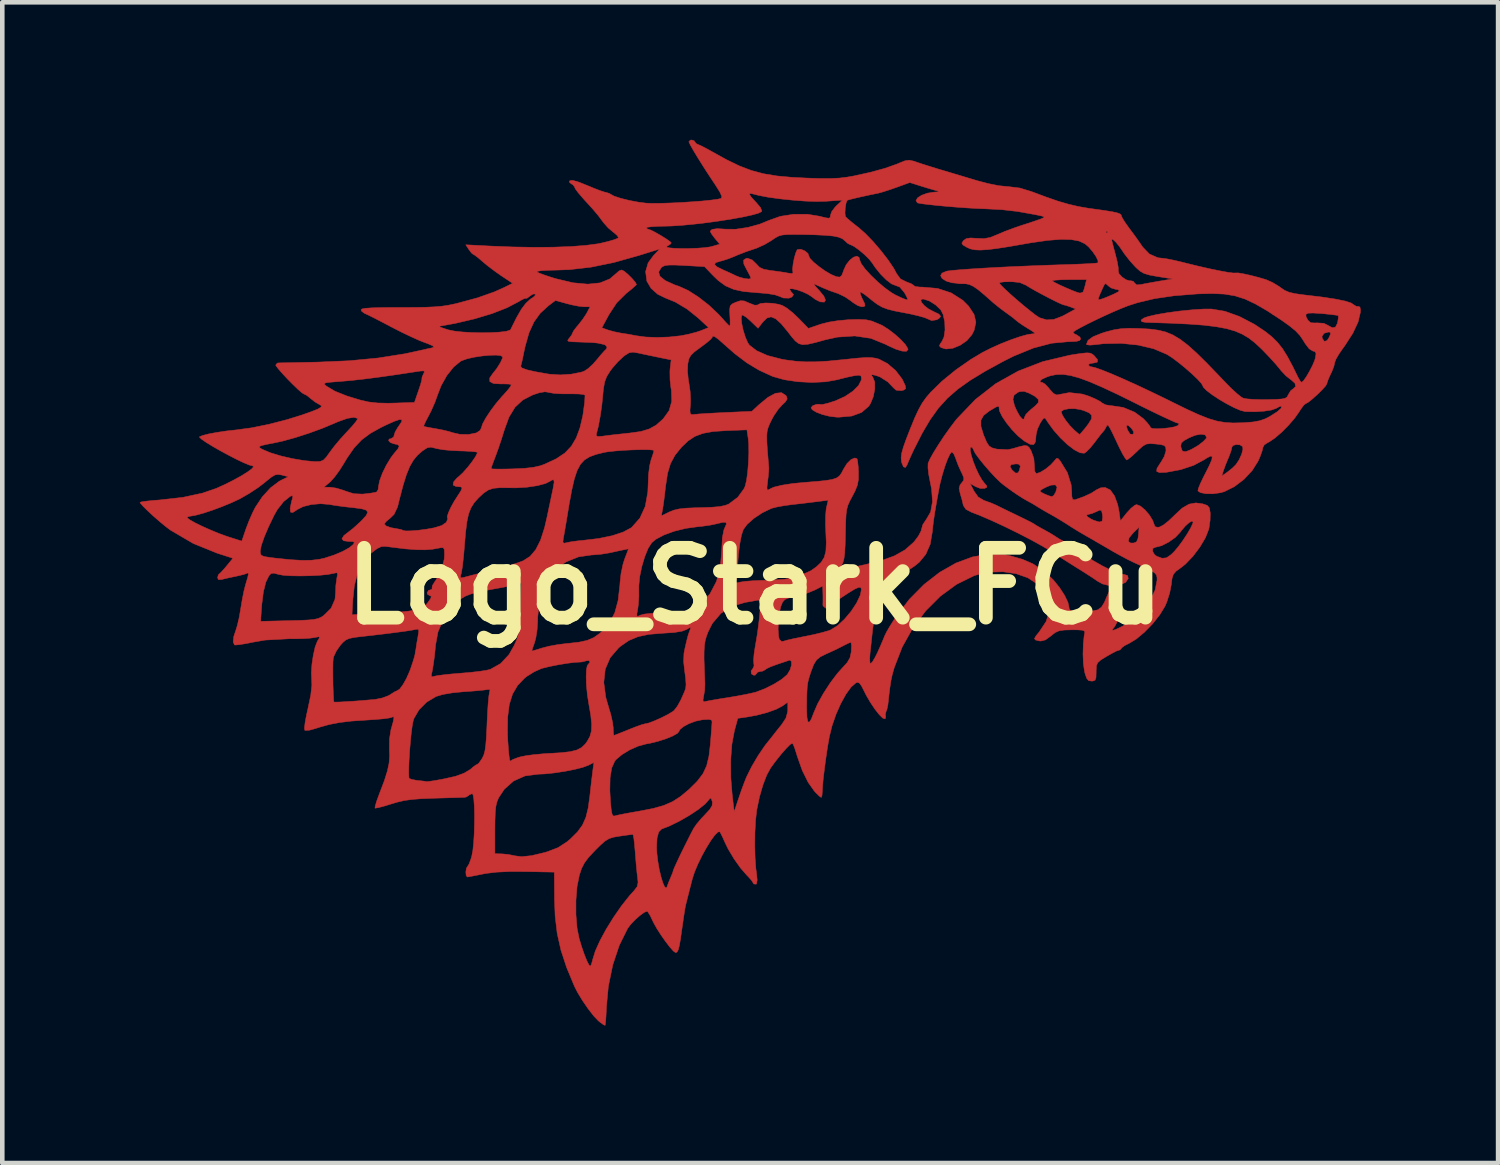
<source format=kicad_pcb>
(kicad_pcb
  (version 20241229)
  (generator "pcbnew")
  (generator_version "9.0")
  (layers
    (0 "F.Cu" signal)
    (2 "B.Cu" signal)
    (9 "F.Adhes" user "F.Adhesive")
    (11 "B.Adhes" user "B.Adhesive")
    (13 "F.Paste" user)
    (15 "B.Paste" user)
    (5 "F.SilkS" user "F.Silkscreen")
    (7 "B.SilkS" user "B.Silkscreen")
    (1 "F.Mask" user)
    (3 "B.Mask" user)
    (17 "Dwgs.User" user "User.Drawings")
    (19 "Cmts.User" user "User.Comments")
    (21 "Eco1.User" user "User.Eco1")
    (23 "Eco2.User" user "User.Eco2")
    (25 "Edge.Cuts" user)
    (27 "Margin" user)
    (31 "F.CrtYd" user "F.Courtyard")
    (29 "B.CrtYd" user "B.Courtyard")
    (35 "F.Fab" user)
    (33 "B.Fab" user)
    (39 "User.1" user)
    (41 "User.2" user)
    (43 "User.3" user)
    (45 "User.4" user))
  (footprint "Logo_Stark_FCu"
    (layer "F.Cu")
    (at 13.425 9.742)
    (property "Reference" "Logo_Stark_FCu" (at 0 0 0) (layer "F.SilkS") (effects (font (size 1.524 1.524) (thickness 0.3))))
    (attr through_hole)
    (fp_poly (pts (xy -1.319 -9.716) (xy -1.312 -9.699) (xy -1.278 -9.657) (xy -1.238 -9.638) (xy -1.163 -9.605) (xy -1.044 -9.543) (xy -0.934 -9.482) (xy -0.616 -9.306) (xy -0.337 -9.171) (xy -0.075 -9.071) (xy 0.191 -9) (xy 0.481 -8.952) (xy 0.817 -8.921) (xy 1.143 -8.905) (xy 1.432 -8.896) (xy 1.659 -8.896) (xy 1.846 -8.905) (xy 2.015 -8.926) (xy 2.159 -8.951) (xy 2.538 -9.035) (xy 2.846 -9.12) (xy 3.099 -9.21) (xy 3.16 -9.236) (xy 3.282 -9.284) (xy 3.371 -9.296) (xy 3.47 -9.275) (xy 3.526 -9.255) (xy 3.651 -9.213) (xy 3.826 -9.158) (xy 4.016 -9.099) (xy 4.064 -9.085) (xy 4.272 -9.023) (xy 4.519 -8.949) (xy 4.763 -8.876) (xy 4.852 -8.849) (xy 5.099 -8.784) (xy 5.325 -8.739) (xy 5.503 -8.721) (xy 5.517 -8.721) (xy 5.785 -8.688) (xy 6.041 -8.61) (xy 6.36 -8.491) (xy 6.622 -8.4) (xy 6.85 -8.334) (xy 7.064 -8.284) (xy 7.284 -8.246) (xy 7.386 -8.232) (xy 7.629 -8.198) (xy 7.799 -8.171) (xy 7.909 -8.147) (xy 7.971 -8.124) (xy 7.998 -8.098) (xy 8.001 -8.08) (xy 8.025 -8.027) (xy 8.088 -7.928) (xy 8.176 -7.804) (xy 8.182 -7.797) (xy 8.293 -7.648) (xy 8.399 -7.499) (xy 8.468 -7.398) (xy 8.614 -7.247) (xy 8.799 -7.166) (xy 8.908 -7.154) (xy 8.986 -7.144) (xy 9.123 -7.117) (xy 9.298 -7.077) (xy 9.42 -7.046) (xy 9.678 -6.983) (xy 9.923 -6.927) (xy 10.142 -6.882) (xy 10.319 -6.849) (xy 10.442 -6.833) (xy 10.495 -6.834) (xy 10.55 -6.835) (xy 10.664 -6.816) (xy 10.815 -6.783) (xy 10.982 -6.74) (xy 11.141 -6.694) (xy 11.16 -6.688) (xy 11.302 -6.625) (xy 11.447 -6.537) (xy 11.477 -6.514) (xy 11.566 -6.454) (xy 11.664 -6.412) (xy 11.795 -6.382) (xy 11.982 -6.356) (xy 12.027 -6.351) (xy 12.386 -6.308) (xy 12.673 -6.264) (xy 12.884 -6.221) (xy 13.016 -6.179) (xy 13.061 -6.148) (xy 13.131 -6.104) (xy 13.167 -6.104) (xy 13.209 -6.091) (xy 13.22 -6.019) (xy 13.217 -5.969) (xy 13.168 -5.763) (xy 13.055 -5.521) (xy 12.882 -5.252) (xy 12.841 -5.196) (xy 12.75 -5.065) (xy 12.684 -4.951) (xy 12.658 -4.879) (xy 12.658 -4.877) (xy 12.639 -4.794) (xy 12.593 -4.676) (xy 12.573 -4.636) (xy 12.521 -4.522) (xy 12.491 -4.437) (xy 12.488 -4.419) (xy 12.459 -4.368) (xy 12.383 -4.284) (xy 12.282 -4.184) (xy 12.175 -4.087) (xy 12.082 -4.013) (xy 12.023 -3.98) (xy 12.02 -3.979) (xy 11.98 -3.946) (xy 11.917 -3.86) (xy 11.875 -3.794) (xy 11.779 -3.658) (xy 11.647 -3.506) (xy 11.499 -3.357) (xy 11.354 -3.232) (xy 11.232 -3.149) (xy 11.2 -3.134) (xy 11.12 -3.081) (xy 11.091 -3.025) (xy 11.074 -2.952) (xy 11.031 -2.832) (xy 10.988 -2.731) (xy 10.858 -2.523) (xy 10.677 -2.329) (xy 10.466 -2.169) (xy 10.249 -2.061) (xy 10.164 -2.037) (xy 9.997 -2.014) (xy 9.842 -2.016) (xy 9.724 -2.041) (xy 9.672 -2.077) (xy 9.681 -2.127) (xy 9.723 -2.232) (xy 9.79 -2.373) (xy 9.804 -2.4) (xy 10.193 -2.4) (xy 10.314 -2.487) (xy 10.419 -2.57) (xy 10.502 -2.651) (xy 10.502 -2.652) (xy 10.571 -2.756) (xy 10.626 -2.877) (xy 10.654 -2.985) (xy 10.648 -3.045) (xy 10.59 -3.082) (xy 10.507 -3.089) (xy 10.436 -3.067) (xy 10.414 -3.032) (xy 10.398 -2.961) (xy 10.358 -2.846) (xy 10.334 -2.789) (xy 10.278 -2.654) (xy 10.234 -2.534) (xy 10.223 -2.502) (xy 10.193 -2.4) (xy 9.804 -2.4) (xy 9.821 -2.433) (xy 9.92 -2.629) (xy 9.975 -2.758) (xy 9.984 -2.826) (xy 9.949 -2.837) (xy 9.868 -2.796) (xy 9.808 -2.757) (xy 9.579 -2.635) (xy 9.296 -2.541) (xy 8.989 -2.484) (xy 8.964 -2.482) (xy 8.832 -2.477) (xy 8.771 -2.503) (xy 8.779 -2.569) (xy 8.851 -2.684) (xy 8.869 -2.709) (xy 8.937 -2.828) (xy 8.973 -2.944) (xy 8.975 -2.966) (xy 8.968 -3.033) (xy 8.943 -3.06) (xy 9.298 -3.06) (xy 9.303 -3.026) (xy 9.332 -2.947) (xy 9.391 -2.933) (xy 9.426 -2.94) (xy 9.522 -2.979) (xy 9.645 -3.049) (xy 9.694 -3.081) (xy 9.792 -3.158) (xy 9.853 -3.223) (xy 9.862 -3.244) (xy 9.83 -3.299) (xy 9.741 -3.315) (xy 9.614 -3.292) (xy 9.482 -3.238) (xy 9.365 -3.173) (xy 9.309 -3.121) (xy 9.298 -3.06) (xy 8.943 -3.06) (xy 8.933 -3.07) (xy 8.85 -3.09) (xy 8.752 -3.101) (xy 8.628 -3.11) (xy 8.542 -3.098) (xy 8.465 -3.053) (xy 8.366 -2.962) (xy 8.341 -2.937) (xy 8.237 -2.84) (xy 8.155 -2.773) (xy 8.117 -2.752) (xy 8.085 -2.788) (xy 8.028 -2.884) (xy 7.956 -3.025) (xy 7.91 -3.122) (xy 7.821 -3.311) (xy 7.761 -3.432) (xy 7.731 -3.481) (xy 8.112 -3.481) (xy 8.136 -3.408) (xy 8.189 -3.32) (xy 8.24 -3.308) (xy 8.269 -3.33) (xy 8.265 -3.376) (xy 8.221 -3.443) (xy 8.161 -3.499) (xy 8.122 -3.514) (xy 8.112 -3.481) (xy 7.731 -3.481) (xy 7.722 -3.497) (xy 7.697 -3.516) (xy 7.681 -3.498) (xy 7.674 -3.481) (xy 7.629 -3.403) (xy 7.606 -3.375) (xy 7.554 -3.314) (xy 7.474 -3.21) (xy 7.408 -3.123) (xy 7.316 -3.01) (xy 7.233 -2.928) (xy 7.19 -2.899) (xy 7.099 -2.909) (xy 6.973 -2.975) (xy 6.826 -3.087) (xy 6.672 -3.233) (xy 6.524 -3.4) (xy 6.396 -3.576) (xy 6.366 -3.624) (xy 6.333 -3.668) (xy 6.299 -3.659) (xy 6.248 -3.587) (xy 6.229 -3.556) (xy 6.169 -3.427) (xy 6.139 -3.3) (xy 6.138 -3.281) (xy 6.126 -3.148) (xy 6.087 -3.087) (xy 6.01 -3.094) (xy 5.883 -3.166) (xy 5.87 -3.175) (xy 5.745 -3.277) (xy 5.615 -3.412) (xy 5.494 -3.561) (xy 5.398 -3.703) (xy 5.342 -3.82) (xy 5.334 -3.863) (xy 5.331 -3.911) (xy 5.311 -3.926) (xy 5.258 -3.904) (xy 5.154 -3.842) (xy 5.111 -3.816) (xy 4.993 -3.723) (xy 4.936 -3.62) (xy 4.936 -3.488) (xy 4.99 -3.308) (xy 5.003 -3.276) (xy 5.061 -3.139) (xy 5.112 -3.06) (xy 5.176 -3.017) (xy 5.275 -2.991) (xy 5.283 -2.989) (xy 5.519 -2.977) (xy 5.621 -2.998) (xy 5.783 -3.045) (xy 5.884 -3.067) (xy 5.946 -3.06) (xy 5.988 -3.024) (xy 6.03 -2.956) (xy 6.091 -2.784) (xy 6.102 -2.639) (xy 6.109 -2.508) (xy 6.141 -2.457) (xy 6.149 -2.456) (xy 6.233 -2.484) (xy 6.346 -2.553) (xy 6.458 -2.644) (xy 6.526 -2.718) (xy 6.582 -2.784) (xy 6.619 -2.785) (xy 6.666 -2.731) (xy 6.823 -2.476) (xy 6.905 -2.21) (xy 6.916 -2.085) (xy 6.92 -1.957) (xy 6.936 -1.895) (xy 6.97 -1.881) (xy 7.005 -1.889) (xy 7.183 -1.953) (xy 7.341 -2.026) (xy 7.45 -2.095) (xy 7.456 -2.1) (xy 7.551 -2.145) (xy 7.648 -2.152) (xy 7.758 -2.098) (xy 7.851 -1.97) (xy 7.921 -1.778) (xy 7.952 -1.621) (xy 7.98 -1.422) (xy 8.121 -1.6) (xy 8.214 -1.7) (xy 8.297 -1.765) (xy 8.335 -1.778) (xy 8.418 -1.745) (xy 8.519 -1.66) (xy 8.615 -1.548) (xy 8.685 -1.432) (xy 8.702 -1.383) (xy 8.734 -1.3) (xy 8.79 -1.281) (xy 8.838 -1.29) (xy 8.919 -1.333) (xy 9.032 -1.422) (xy 9.153 -1.537) (xy 9.16 -1.545) (xy 9.328 -1.701) (xy 9.478 -1.788) (xy 9.627 -1.815) (xy 9.774 -1.795) (xy 9.875 -1.761) (xy 9.921 -1.708) (xy 9.94 -1.603) (xy 9.941 -1.59) (xy 9.938 -1.438) (xy 9.915 -1.272) (xy 9.908 -1.239) (xy 9.836 -1.055) (xy 9.714 -0.85) (xy 9.563 -0.649) (xy 9.402 -0.481) (xy 9.304 -0.403) (xy 9.195 -0.324) (xy 9.135 -0.254) (xy 9.106 -0.16) (xy 9.091 -0.034) (xy 9.056 0.149) (xy 8.994 0.345) (xy 8.954 0.439) (xy 8.84 0.626) (xy 8.684 0.823) (xy 8.506 1.006) (xy 8.327 1.156) (xy 8.18 1.245) (xy 8.074 1.299) (xy 8.01 1.346) (xy 8.001 1.361) (xy 7.968 1.395) (xy 7.955 1.397) (xy 7.896 1.417) (xy 7.791 1.471) (xy 7.68 1.534) (xy 7.555 1.611) (xy 7.486 1.671) (xy 7.457 1.738) (xy 7.451 1.836) (xy 7.451 1.873) (xy 7.447 1.995) (xy 7.427 2.054) (xy 7.381 2.073) (xy 7.349 2.074) (xy 7.286 2.063) (xy 7.244 2.014) (xy 7.208 1.909) (xy 7.196 1.858) (xy 7.172 1.694) (xy 7.164 1.485) (xy 7.17 1.266) (xy 7.19 1.076) (xy 7.202 1.016) (xy 7.196 0.982) (xy 7.148 0.963) (xy 7.041 0.956) (xy 6.915 0.955) (xy 6.75 0.96) (xy 6.641 0.977) (xy 6.558 1.014) (xy 6.473 1.08) (xy 6.464 1.088) (xy 6.344 1.175) (xy 6.244 1.2) (xy 6.206 1.197) (xy 6.128 1.177) (xy 6.104 1.148) (xy 6.136 1.089) (xy 6.208 1.001) (xy 6.36 0.772) (xy 6.428 0.547) (xy 6.412 0.328) (xy 6.313 0.119) (xy 6.167 -0.044) (xy 5.961 -0.18) (xy 5.702 -0.271) (xy 5.414 -0.313) (xy 5.115 -0.304) (xy 4.829 -0.24) (xy 4.782 -0.224) (xy 4.405 -0.038) (xy 4.051 0.221) (xy 3.729 0.543) (xy 3.448 0.917) (xy 3.217 1.332) (xy 3.044 1.779) (xy 3.03 1.827) (xy 2.998 1.943) (xy 2.973 2.06) (xy 2.951 2.201) (xy 2.928 2.386) (xy 2.905 2.596) (xy 2.883 2.696) (xy 2.863 2.743) (xy 2.849 2.814) (xy 2.856 2.833) (xy 2.851 2.888) (xy 2.84 2.898) (xy 2.792 2.881) (xy 2.716 2.806) (xy 2.623 2.688) (xy 2.525 2.542) (xy 2.433 2.385) (xy 2.391 2.301) (xy 2.326 2.174) (xy 2.279 2.113) (xy 2.235 2.102) (xy 2.207 2.113) (xy 2.102 2.205) (xy 1.989 2.361) (xy 1.876 2.566) (xy 1.772 2.801) (xy 1.686 3.05) (xy 1.628 3.284) (xy 1.59 3.498) (xy 1.554 3.739) (xy 1.521 3.983) (xy 1.494 4.207) (xy 1.478 4.388) (xy 1.474 4.477) (xy 1.467 4.57) (xy 1.451 4.614) (xy 1.449 4.614) (xy 1.409 4.586) (xy 1.336 4.514) (xy 1.301 4.477) (xy 1.165 4.285) (xy 1.037 4.026) (xy 0.928 3.719) (xy 0.914 3.672) (xy 0.873 3.543) (xy 0.838 3.455) (xy 0.818 3.429) (xy 0.768 3.461) (xy 0.682 3.548) (xy 0.572 3.674) (xy 0.451 3.826) (xy 0.348 3.966) (xy 0.261 4.124) (xy 0.177 4.343) (xy 0.103 4.599) (xy 0.046 4.87) (xy 0.041 4.899) (xy 0.017 5.115) (xy 0.003 5.381) (xy -0.000425 5.665) (xy 0.007 5.939) (xy 0.024 6.172) (xy 0.036 6.256) (xy 0.052 6.416) (xy 0.037 6.499) (xy 0.028 6.507) (xy -0.022 6.502) (xy -0.033 6.483) (xy -0.073 6.421) (xy -0.15 6.335) (xy -0.169 6.317) (xy -0.308 6.158) (xy -0.453 5.954) (xy -0.582 5.738) (xy -0.655 5.588) (xy -0.708 5.469) (xy -0.751 5.384) (xy -0.764 5.363) (xy -0.806 5.368) (xy -0.874 5.437) (xy -0.959 5.554) (xy -1.054 5.707) (xy -1.15 5.88) (xy -1.239 6.061) (xy -1.312 6.233) (xy -1.362 6.384) (xy -1.363 6.389) (xy -1.401 6.536) (xy -1.441 6.695) (xy -1.445 6.71) (xy -1.478 6.84) (xy -1.505 6.948) (xy -1.509 6.964) (xy -1.524 7.04) (xy -1.546 7.178) (xy -1.572 7.356) (xy -1.591 7.487) (xy -1.622 7.706) (xy -1.648 7.854) (xy -1.672 7.943) (xy -1.697 7.988) (xy -1.726 8.001) (xy -1.728 8.001) (xy -1.776 7.968) (xy -1.854 7.88) (xy -1.949 7.756) (xy -2.049 7.614) (xy -2.14 7.472) (xy -2.209 7.348) (xy -2.226 7.312) (xy -2.282 7.195) (xy -2.33 7.117) (xy -2.349 7.098) (xy -2.409 7.12) (xy -2.502 7.187) (xy -2.609 7.28) (xy -2.707 7.383) (xy -2.775 7.472) (xy -2.958 7.842) (xy -3.1 8.269) (xy -3.196 8.734) (xy -3.238 9.187) (xy -3.246 9.358) (xy -3.255 9.495) (xy -3.264 9.575) (xy -3.267 9.589) (xy -3.305 9.573) (xy -3.381 9.517) (xy -3.414 9.49) (xy -3.515 9.384) (xy -3.637 9.227) (xy -3.761 9.047) (xy -3.869 8.868) (xy -3.934 8.742) (xy -4.107 8.326) (xy -4.231 7.948) (xy -4.313 7.583) (xy -4.358 7.205) (xy -4.371 6.86) (xy -3.904 6.86) (xy -3.904 7.172) (xy -3.879 7.467) (xy -3.836 7.684) (xy -3.78 7.872) (xy -3.72 8.044) (xy -3.664 8.184) (xy -3.617 8.274) (xy -3.592 8.297) (xy -3.568 8.26) (xy -3.542 8.169) (xy -3.537 8.148) (xy -3.482 7.969) (xy -3.381 7.744) (xy -3.245 7.492) (xy -3.084 7.232) (xy -2.91 6.981) (xy -2.733 6.757) (xy -2.633 6.647) (xy -2.567 6.56) (xy -2.548 6.466) (xy -2.558 6.372) (xy -2.572 6.251) (xy -2.589 6.077) (xy -2.605 5.881) (xy -2.61 5.81) (xy -2.621 5.688) (xy -2.144 5.688) (xy -2.138 5.823) (xy -2.116 6.008) (xy -2.085 6.189) (xy -2.046 6.351) (xy -2.006 6.481) (xy -1.967 6.566) (xy -1.934 6.591) (xy -1.915 6.562) (xy -1.886 6.48) (xy -1.84 6.37) (xy -1.838 6.365) (xy -1.797 6.267) (xy -1.778 6.207) (xy -1.778 6.204) (xy -1.76 6.157) (xy -1.713 6.054) (xy -1.646 5.91) (xy -1.566 5.746) (xy -1.483 5.579) (xy -1.407 5.427) (xy -1.345 5.309) (xy -1.332 5.285) (xy -1.267 5.192) (xy -1.166 5.073) (xy -1.086 4.988) (xy -0.982 4.875) (xy -0.932 4.794) (xy -0.925 4.722) (xy -0.93 4.699) (xy -0.955 4.63) (xy -0.982 4.637) (xy -0.997 4.658) (xy -1.087 4.759) (xy -1.237 4.879) (xy -1.427 5.005) (xy -1.639 5.127) (xy -1.852 5.232) (xy -2.037 5.305) (xy -2.097 5.367) (xy -2.133 5.499) (xy -2.144 5.688) (xy -2.621 5.688) (xy -2.625 5.64) (xy -2.64 5.508) (xy -2.656 5.431) (xy -2.663 5.42) (xy -2.715 5.426) (xy -2.826 5.441) (xy -2.952 5.459) (xy -3.083 5.481) (xy -3.18 5.512) (xy -3.268 5.565) (xy -3.37 5.655) (xy -3.485 5.769) (xy -3.625 5.918) (xy -3.717 6.04) (xy -3.78 6.161) (xy -3.829 6.308) (xy -3.83 6.312) (xy -3.88 6.562) (xy -3.904 6.86) (xy -4.371 6.86) (xy -4.372 6.816) (xy -4.376 6.244) (xy -4.999 6.232) (xy -5.349 6.231) (xy -5.63 6.244) (xy -5.858 6.271) (xy -5.934 6.285) (xy -6.088 6.316) (xy -6.208 6.339) (xy -6.273 6.35) (xy -6.276 6.35) (xy -6.301 6.316) (xy -6.307 6.239) (xy -6.295 6.16) (xy -6.271 6.121) (xy -6.239 6.07) (xy -6.199 5.965) (xy -6.178 5.896) (xy -6.155 5.777) (xy -6.137 5.61) (xy -6.125 5.413) (xy -6.122 5.311) (xy -5.673 5.311) (xy -5.673 5.842) (xy -5.514 5.846) (xy -5.376 5.859) (xy -5.256 5.884) (xy -5.249 5.886) (xy -5.093 5.907) (xy -4.873 5.884) (xy -4.587 5.816) (xy -4.523 5.797) (xy -4.292 5.708) (xy -4.096 5.58) (xy -4.023 5.518) (xy -3.87 5.366) (xy -3.762 5.218) (xy -3.687 5.05) (xy -3.636 4.841) (xy -3.602 4.592) (xy -3.587 4.461) (xy -3.164 4.461) (xy -3.15 4.712) (xy -3.134 4.879) (xy -3.116 4.976) (xy -3.092 5.017) (xy -3.058 5.018) (xy -3.056 5.017) (xy -2.989 5) (xy -2.858 4.973) (xy -2.683 4.941) (xy -2.517 4.912) (xy -2.222 4.855) (xy -1.988 4.789) (xy -1.795 4.705) (xy -1.621 4.593) (xy -1.442 4.444) (xy -1.431 4.434) (xy -1.255 4.259) (xy -1.132 4.097) (xy -1.051 3.924) (xy -1.022 3.801) (xy -0.526 3.801) (xy -0.523 4.184) (xy -0.494 4.548) (xy -0.45 4.925) (xy -0.352 4.632) (xy -0.292 4.457) (xy -0.229 4.288) (xy -0.182 4.17) (xy -0.071 3.946) (xy 0.069 3.707) (xy 0.214 3.493) (xy 0.263 3.429) (xy 0.344 3.329) (xy 0.402 3.255) (xy 0.415 3.239) (xy 0.458 3.183) (xy 0.534 3.088) (xy 0.583 3.028) (xy 0.679 2.883) (xy 0.717 2.746) (xy 0.72 2.697) (xy 0.72 2.693) (xy 1.131 2.693) (xy 1.139 2.868) (xy 1.158 2.961) (xy 1.19 2.972) (xy 1.235 2.902) (xy 1.287 2.766) (xy 1.372 2.569) (xy 1.5 2.34) (xy 1.65 2.109) (xy 1.806 1.903) (xy 1.91 1.788) (xy 2.019 1.668) (xy 2.059 1.598) (xy 2.507 1.598) (xy 2.515 1.678) (xy 2.528 1.693) (xy 2.565 1.658) (xy 2.621 1.565) (xy 2.679 1.45) (xy 2.746 1.3) (xy 2.804 1.163) (xy 2.834 1.089) (xy 2.877 1) (xy 2.955 0.867) (xy 3.053 0.713) (xy 3.084 0.666) (xy 3.374 0.288) (xy 3.694 -0.035) (xy 4.035 -0.3) (xy 4.39 -0.502) (xy 4.75 -0.636) (xy 5.107 -0.699) (xy 5.453 -0.686) (xy 5.567 -0.663) (xy 5.843 -0.584) (xy 6.065 -0.488) (xy 6.264 -0.361) (xy 6.379 -0.269) (xy 6.521 -0.129) (xy 6.653 0.036) (xy 6.763 0.205) (xy 6.835 0.357) (xy 6.858 0.46) (xy 6.864 0.506) (xy 6.895 0.533) (xy 6.969 0.546) (xy 7.102 0.55) (xy 7.172 0.55) (xy 7.359 0.545) (xy 7.483 0.52) (xy 7.566 0.462) (xy 7.63 0.358) (xy 7.68 0.237) (xy 7.733 0.124) (xy 7.785 0.054) (xy 7.807 0.042) (xy 7.868 0.081) (xy 7.912 0.181) (xy 7.939 0.323) (xy 7.948 0.486) (xy 7.937 0.649) (xy 7.906 0.79) (xy 7.853 0.889) (xy 7.852 0.889) (xy 7.805 0.949) (xy 7.813 0.968) (xy 7.881 0.946) (xy 8.017 0.881) (xy 8.034 0.872) (xy 8.263 0.723) (xy 8.466 0.531) (xy 8.628 0.313) (xy 8.738 0.086) (xy 8.78 -0.126) (xy 8.779 -0.192) (xy 8.765 -0.244) (xy 8.724 -0.29) (xy 8.646 -0.341) (xy 8.516 -0.405) (xy 8.324 -0.492) (xy 8.276 -0.514) (xy 8.136 -0.582) (xy 7.959 -0.677) (xy 7.818 -0.756) (xy 8.684 -0.756) (xy 8.725 -0.686) (xy 8.774 -0.65) (xy 8.89 -0.607) (xy 8.984 -0.616) (xy 9.085 -0.685) (xy 9.153 -0.751) (xy 9.244 -0.859) (xy 9.345 -0.996) (xy 9.44 -1.141) (xy 9.517 -1.274) (xy 9.561 -1.371) (xy 9.567 -1.399) (xy 9.543 -1.419) (xy 9.482 -1.386) (xy 9.4 -1.313) (xy 9.314 -1.214) (xy 9.285 -1.174) (xy 9.179 -1.062) (xy 9.033 -0.959) (xy 8.879 -0.881) (xy 8.746 -0.847) (xy 8.736 -0.847) (xy 8.686 -0.819) (xy 8.684 -0.756) (xy 7.818 -0.756) (xy 7.778 -0.779) (xy 7.747 -0.797) (xy 7.573 -0.899) (xy 7.441 -0.975) (xy 8.153 -0.975) (xy 8.203 -0.939) (xy 8.27 -0.939) (xy 8.333 -0.966) (xy 8.364 -1.039) (xy 8.374 -1.119) (xy 8.388 -1.286) (xy 8.253 -1.154) (xy 8.169 -1.05) (xy 8.153 -0.975) (xy 7.441 -0.975) (xy 7.399 -1) (xy 7.26 -1.079) (xy 7.239 -1.091) (xy 7.089 -1.178) (xy 6.92 -1.282) (xy 6.837 -1.336) (xy 6.685 -1.431) (xy 6.53 -1.524) (xy 6.48 -1.552) (xy 7.24 -1.552) (xy 7.26 -1.514) (xy 7.343 -1.462) (xy 7.398 -1.436) (xy 7.518 -1.398) (xy 7.58 -1.416) (xy 7.594 -1.497) (xy 7.587 -1.563) (xy 7.569 -1.645) (xy 7.531 -1.659) (xy 7.457 -1.625) (xy 7.359 -1.583) (xy 7.292 -1.567) (xy 7.24 -1.552) (xy 6.48 -1.552) (xy 6.456 -1.565) (xy 6.317 -1.643) (xy 6.185 -1.722) (xy 6.16 -1.738) (xy 6.055 -1.802) (xy 5.973 -1.847) (xy 5.969 -1.849) (xy 5.861 -1.91) (xy 5.714 -2.004) (xy 5.614 -2.074) (xy 6.223 -2.074) (xy 6.257 -2.044) (xy 6.338 -2.003) (xy 6.43 -1.967) (xy 6.488 -1.952) (xy 6.528 -1.982) (xy 6.57 -2.054) (xy 6.597 -2.159) (xy 6.561 -2.209) (xy 6.466 -2.203) (xy 6.381 -2.17) (xy 6.282 -2.12) (xy 6.227 -2.081) (xy 6.223 -2.074) (xy 5.614 -2.074) (xy 5.558 -2.113) (xy 5.42 -2.216) (xy 5.351 -2.274) (xy 5.249 -2.374) (xy 5.131 -2.501) (xy 5.042 -2.604) (xy 5.571 -2.604) (xy 5.616 -2.533) (xy 5.694 -2.465) (xy 5.746 -2.472) (xy 5.774 -2.522) (xy 5.797 -2.618) (xy 5.764 -2.66) (xy 5.701 -2.667) (xy 5.597 -2.651) (xy 5.571 -2.604) (xy 5.042 -2.604) (xy 5.011 -2.639) (xy 4.905 -2.77) (xy 4.825 -2.878) (xy 4.785 -2.945) (xy 4.784 -2.954) (xy 4.752 -3.017) (xy 4.735 -3.03) (xy 4.703 -3.026) (xy 4.702 -2.961) (xy 4.725 -2.853) (xy 4.768 -2.718) (xy 4.825 -2.573) (xy 4.89 -2.434) (xy 4.957 -2.318) (xy 5.005 -2.255) (xy 5.062 -2.188) (xy 5.062 -2.154) (xy 5.016 -2.132) (xy 4.921 -2.131) (xy 4.819 -2.171) (xy 4.699 -2.239) (xy 4.783 -2.076) (xy 4.875 -1.945) (xy 5.001 -1.869) (xy 5.026 -1.861) (xy 5.161 -1.812) (xy 5.281 -1.76) (xy 5.292 -1.754) (xy 5.378 -1.711) (xy 5.516 -1.644) (xy 5.68 -1.565) (xy 5.736 -1.538) (xy 5.89 -1.463) (xy 6.012 -1.402) (xy 6.085 -1.362) (xy 6.096 -1.355) (xy 6.143 -1.324) (xy 6.239 -1.269) (xy 6.308 -1.232) (xy 6.432 -1.163) (xy 6.531 -1.103) (xy 6.562 -1.082) (xy 6.645 -1.029) (xy 6.75 -0.972) (xy 6.841 -0.919) (xy 6.976 -0.832) (xy 7.132 -0.726) (xy 7.195 -0.681) (xy 7.386 -0.555) (xy 7.587 -0.44) (xy 7.778 -0.345) (xy 7.942 -0.28) (xy 8.057 -0.254) (xy 8.061 -0.254) (xy 8.138 -0.228) (xy 8.151 -0.164) (xy 8.098 -0.086) (xy 8.088 -0.078) (xy 7.945 -0.012) (xy 7.77 -0.002) (xy 7.591 -0.046) (xy 7.489 -0.102) (xy 7.382 -0.175) (xy 7.233 -0.272) (xy 7.071 -0.374) (xy 7.048 -0.388) (xy 6.859 -0.507) (xy 6.651 -0.639) (xy 6.477 -0.752) (xy 6.283 -0.869) (xy 6.033 -1.007) (xy 5.747 -1.155) (xy 5.449 -1.301) (xy 5.159 -1.435) (xy 4.901 -1.546) (xy 4.729 -1.612) (xy 4.608 -1.675) (xy 4.552 -1.759) (xy 4.548 -1.776) (xy 4.52 -1.895) (xy 4.482 -2.024) (xy 4.459 -2.133) (xy 4.481 -2.208) (xy 4.512 -2.248) (xy 4.557 -2.305) (xy 4.563 -2.36) (xy 4.529 -2.444) (xy 4.507 -2.488) (xy 4.442 -2.632) (xy 4.387 -2.778) (xy 4.382 -2.794) (xy 4.343 -2.886) (xy 4.303 -2.927) (xy 4.295 -2.926) (xy 4.256 -2.875) (xy 4.204 -2.762) (xy 4.147 -2.606) (xy 4.092 -2.426) (xy 4.045 -2.243) (xy 4.028 -2.162) (xy 3.972 -1.859) (xy 3.931 -1.621) (xy 3.902 -1.43) (xy 3.883 -1.268) (xy 3.875 -1.184) (xy 3.828 -0.911) (xy 3.731 -0.691) (xy 3.591 -0.521) (xy 3.487 -0.437) (xy 3.347 -0.343) (xy 3.193 -0.253) (xy 3.05 -0.179) (xy 2.939 -0.134) (xy 2.9 -0.127) (xy 2.837 -0.088) (xy 2.8 0.017) (xy 2.794 0.104) (xy 2.777 0.198) (xy 2.733 0.329) (xy 2.7 0.407) (xy 2.647 0.558) (xy 2.601 0.75) (xy 2.574 0.931) (xy 2.553 1.126) (xy 2.532 1.324) (xy 2.515 1.471) (xy 2.507 1.598) (xy 2.059 1.598) (xy 2.078 1.564) (xy 2.104 1.444) (xy 2.106 1.419) (xy 2.111 1.305) (xy 2.103 1.237) (xy 2.096 1.228) (xy 2.046 1.246) (xy 1.951 1.292) (xy 1.913 1.312) (xy 1.775 1.382) (xy 1.613 1.457) (xy 1.557 1.482) (xy 1.432 1.543) (xy 1.348 1.612) (xy 1.286 1.712) (xy 1.227 1.866) (xy 1.212 1.911) (xy 1.177 2.023) (xy 1.156 2.112) (xy 1.144 2.207) (xy 1.137 2.339) (xy 1.134 2.434) (xy 1.131 2.693) (xy 0.72 2.693) (xy 0.72 2.534) (xy 0.602 2.618) (xy 0.465 2.69) (xy 0.269 2.76) (xy 0.04 2.82) (xy -0.175 2.859) (xy -0.371 2.887) (xy -0.446 3.164) (xy -0.5 3.453) (xy -0.526 3.801) (xy -1.022 3.801) (xy -1.001 3.715) (xy -0.97 3.45) (xy -0.955 3.264) (xy -0.943 3.105) (xy -0.935 2.995) (xy -0.933 2.961) (xy -0.946 2.924) (xy -1 2.91) (xy -1.115 2.916) (xy -1.155 2.92) (xy -1.296 2.95) (xy -1.439 3.004) (xy -1.56 3.069) (xy -1.637 3.134) (xy -1.651 3.168) (xy -1.689 3.215) (xy -1.791 3.272) (xy -1.937 3.332) (xy -2.108 3.387) (xy -2.285 3.431) (xy -2.375 3.447) (xy -2.544 3.493) (xy -2.729 3.575) (xy -2.9 3.679) (xy -3.028 3.786) (xy -3.055 3.819) (xy -3.122 3.967) (xy -3.158 4.179) (xy -3.164 4.461) (xy -3.587 4.461) (xy -3.58 4.392) (xy -3.558 4.205) (xy -3.54 4.06) (xy -3.534 4.01) (xy -3.512 3.849) (xy -3.636 3.913) (xy -3.755 3.957) (xy -3.933 4.002) (xy -4.147 4.044) (xy -4.372 4.078) (xy -4.582 4.1) (xy -4.727 4.106) (xy -5.016 4.144) (xy -5.265 4.255) (xy -5.468 4.435) (xy -5.592 4.623) (xy -5.627 4.707) (xy -5.651 4.805) (xy -5.665 4.938) (xy -5.671 5.122) (xy -5.673 5.311) (xy -6.122 5.311) (xy -6.119 5.202) (xy -6.117 4.995) (xy -6.122 4.807) (xy -6.133 4.656) (xy -6.149 4.558) (xy -6.168 4.53) (xy -6.234 4.558) (xy -6.243 4.569) (xy -6.301 4.605) (xy -6.34 4.612) (xy -6.408 4.614) (xy -6.542 4.618) (xy -6.726 4.623) (xy -6.941 4.629) (xy -7.006 4.631) (xy -7.272 4.641) (xy -7.478 4.657) (xy -7.646 4.68) (xy -7.801 4.716) (xy -7.936 4.756) (xy -8.092 4.804) (xy -8.214 4.836) (xy -8.283 4.848) (xy -8.291 4.846) (xy -8.285 4.801) (xy -8.254 4.697) (xy -8.202 4.554) (xy -8.181 4.499) (xy -8.083 4.24) (xy -8.044 4.115) (xy -7.554 4.115) (xy -7.547 4.191) (xy -7.543 4.199) (xy -7.486 4.221) (xy -7.379 4.241) (xy -7.345 4.245) (xy -7.234 4.257) (xy -7.165 4.267) (xy -7.158 4.269) (xy -7.111 4.264) (xy -7.001 4.248) (xy -6.848 4.221) (xy -6.78 4.208) (xy -6.532 4.152) (xy -6.349 4.086) (xy -6.208 4.002) (xy -6.146 3.948) (xy -6.083 3.902) (xy -6.06 3.895) (xy -6.021 3.862) (xy -5.963 3.78) (xy -5.949 3.758) (xy -5.915 3.687) (xy -5.89 3.596) (xy -5.872 3.467) (xy -5.858 3.288) (xy -5.854 3.202) (xy -5.398 3.202) (xy -5.391 3.373) (xy -5.378 3.56) (xy -5.364 3.707) (xy -5.35 3.798) (xy -5.338 3.821) (xy -5.285 3.788) (xy -5.181 3.747) (xy -5.122 3.729) (xy -4.997 3.703) (xy -4.816 3.679) (xy -4.609 3.66) (xy -4.487 3.653) (xy -4.222 3.637) (xy -4.026 3.614) (xy -3.884 3.578) (xy -3.781 3.525) (xy -3.702 3.449) (xy -3.661 3.394) (xy -3.599 3.283) (xy -3.566 3.162) (xy -3.561 3.012) (xy -3.581 2.816) (xy -3.619 2.597) (xy -3.653 2.386) (xy -3.674 2.176) (xy -3.677 2.103) (xy -3.296 2.103) (xy -3.253 2.428) (xy -3.196 2.625) (xy -3.144 2.8) (xy -3.106 2.967) (xy -3.09 3.092) (xy -3.09 3.098) (xy -3.087 3.201) (xy -3.078 3.257) (xy -3.075 3.26) (xy -3.031 3.245) (xy -2.93 3.205) (xy -2.789 3.148) (xy -2.752 3.133) (xy -2.598 3.072) (xy -2.472 3.027) (xy -2.395 3.006) (xy -2.387 3.006) (xy -2.307 2.987) (xy -2.181 2.938) (xy -2.034 2.872) (xy -1.896 2.802) (xy -1.791 2.739) (xy -1.764 2.718) (xy -1.691 2.625) (xy -1.62 2.496) (xy -1.132 2.496) (xy -1.113 2.525) (xy -1.093 2.522) (xy -1.03 2.509) (xy -0.903 2.486) (xy -0.733 2.457) (xy -0.584 2.434) (xy -0.378 2.399) (xy -0.187 2.363) (xy -0.036 2.33) (xy 0.03 2.313) (xy 0.226 2.238) (xy 0.42 2.14) (xy 0.588 2.035) (xy 0.704 1.936) (xy 0.715 1.922) (xy 0.771 1.826) (xy 0.8 1.728) (xy 0.801 1.649) (xy 0.77 1.616) (xy 0.751 1.619) (xy 0.683 1.643) (xy 0.566 1.682) (xy 0.477 1.712) (xy 0.35 1.759) (xy 0.258 1.802) (xy 0.231 1.824) (xy 0.173 1.856) (xy 0.125 1.863) (xy 0.057 1.881) (xy 0.042 1.905) (xy 0.008 1.943) (xy -0.021 1.947) (xy -0.074 1.917) (xy -0.081 1.853) (xy -0.041 1.798) (xy -0.016 1.741) (xy -0.022 1.69) (xy -0.027 1.611) (xy -0.015 1.476) (xy 0.01 1.312) (xy 0.016 1.281) (xy 0.053 1.061) (xy 0.069 0.943) (xy 0.509 0.943) (xy 0.519 1.094) (xy 0.535 1.163) (xy 0.586 1.211) (xy 0.63 1.203) (xy 0.7 1.182) (xy 0.831 1.152) (xy 1.001 1.117) (xy 1.101 1.097) (xy 1.295 1.057) (xy 1.475 1.013) (xy 1.613 0.973) (xy 1.654 0.958) (xy 1.802 0.867) (xy 1.956 0.725) (xy 2.102 0.552) (xy 2.222 0.37) (xy 2.303 0.198) (xy 2.327 0.075) (xy 2.315 0.032) (xy 2.27 0.027) (xy 2.183 0.065) (xy 2.044 0.15) (xy 1.939 0.219) (xy 1.812 0.301) (xy 1.709 0.359) (xy 1.653 0.381) (xy 1.653 0.381) (xy 1.613 0.415) (xy 1.609 0.443) (xy 1.581 0.486) (xy 1.544 0.481) (xy 1.491 0.434) (xy 1.486 0.408) (xy 1.488 0.338) (xy 1.488 0.221) (xy 1.487 0.179) (xy 1.482 -0.002) (xy 1.306 0.088) (xy 1.163 0.147) (xy 0.985 0.203) (xy 0.878 0.229) (xy 0.737 0.261) (xy 0.654 0.296) (xy 0.606 0.351) (xy 0.569 0.443) (xy 0.567 0.447) (xy 0.535 0.587) (xy 0.515 0.763) (xy 0.509 0.943) (xy 0.069 0.943) (xy 0.086 0.816) (xy 0.107 0.623) (xy 0.12 0.458) (xy 0.122 0.361) (xy 0.109 0.316) (xy 0.078 0.306) (xy 0.036 0.313) (xy -0.076 0.334) (xy -0.21 0.357) (xy -0.216 0.358) (xy -0.502 0.443) (xy -0.741 0.597) (xy -0.927 0.816) (xy -1.021 1.004) (xy -1.057 1.1) (xy -1.083 1.193) (xy -1.099 1.296) (xy -1.107 1.424) (xy -1.108 1.591) (xy -1.101 1.813) (xy -1.089 2.103) (xy -1.088 2.138) (xy -1.094 2.274) (xy -1.116 2.402) (xy -1.132 2.496) (xy -1.62 2.496) (xy -1.61 2.477) (xy -1.534 2.305) (xy -1.508 2.23) (xy -1.501 2.15) (xy -1.509 2.017) (xy -1.529 1.867) (xy -1.554 1.649) (xy -1.546 1.468) (xy -1.528 1.373) (xy -1.49 1.208) (xy -1.463 1.101) (xy -1.441 1.029) (xy -1.418 0.966) (xy -1.415 0.958) (xy -1.399 0.906) (xy -1.424 0.907) (xy -1.486 0.946) (xy -1.588 0.985) (xy -1.758 1.013) (xy -2.003 1.029) (xy -2.014 1.03) (xy -2.312 1.054) (xy -2.551 1.105) (xy -2.75 1.189) (xy -2.931 1.314) (xy -2.972 1.349) (xy -3.156 1.563) (xy -3.264 1.814) (xy -3.296 2.103) (xy -3.677 2.103) (xy -3.681 1.986) (xy -3.676 1.834) (xy -3.657 1.737) (xy -3.641 1.714) (xy -3.598 1.663) (xy -3.617 1.626) (xy -3.672 1.63) (xy -3.77 1.656) (xy -3.81 1.659) (xy -3.927 1.665) (xy -4.097 1.686) (xy -4.29 1.718) (xy -4.477 1.755) (xy -4.628 1.792) (xy -4.661 1.802) (xy -4.815 1.871) (xy -4.973 1.969) (xy -5.026 2.011) (xy -5.177 2.169) (xy -5.287 2.356) (xy -5.358 2.582) (xy -5.394 2.86) (xy -5.398 3.202) (xy -5.854 3.202) (xy -5.846 3.041) (xy -5.844 2.985) (xy -5.833 2.759) (xy -5.82 2.56) (xy -5.805 2.406) (xy -5.791 2.313) (xy -5.785 2.295) (xy -5.779 2.258) (xy -5.84 2.259) (xy -5.849 2.261) (xy -5.933 2.272) (xy -6.078 2.286) (xy -6.258 2.3) (xy -6.364 2.307) (xy -6.605 2.331) (xy -6.81 2.366) (xy -6.956 2.41) (xy -6.956 2.41) (xy -7.162 2.533) (xy -7.329 2.7) (xy -7.439 2.889) (xy -7.456 2.94) (xy -7.477 3.048) (xy -7.498 3.207) (xy -7.517 3.398) (xy -7.534 3.603) (xy -7.546 3.803) (xy -7.553 3.98) (xy -7.554 4.115) (xy -8.044 4.115) (xy -8.019 4.036) (xy -7.983 3.866) (xy -7.971 3.708) (xy -7.976 3.562) (xy -7.974 3.338) (xy -7.941 3.131) (xy -7.934 3.108) (xy -7.892 2.958) (xy -7.877 2.876) (xy -7.89 2.85) (xy -7.927 2.866) (xy -7.988 2.881) (xy -8.115 2.898) (xy -8.289 2.913) (xy -8.488 2.926) (xy -8.803 2.947) (xy -9.06 2.978) (xy -9.286 3.021) (xy -9.507 3.083) (xy -9.598 3.112) (xy -9.717 3.145) (xy -9.803 3.152) (xy -9.825 3.145) (xy -9.829 3.093) (xy -9.815 2.976) (xy -9.785 2.815) (xy -9.752 2.667) (xy -9.692 2.379) (xy -9.668 2.164) (xy -9.672 2.048) (xy -9.679 1.894) (xy -9.673 1.806) (xy -9.21 1.806) (xy -9.209 1.984) (xy -9.206 2.173) (xy -9.2 2.347) (xy -9.193 2.482) (xy -9.188 2.53) (xy -9.148 2.533) (xy -9.043 2.53) (xy -8.892 2.521) (xy -8.714 2.51) (xy -8.529 2.495) (xy -8.354 2.48) (xy -8.279 2.473) (xy -8.129 2.442) (xy -7.995 2.392) (xy -7.955 2.368) (xy -7.868 2.312) (xy -7.812 2.286) (xy -7.81 2.286) (xy -7.751 2.249) (xy -7.677 2.149) (xy -7.597 2.006) (xy -7.586 1.979) (xy -7.061 1.979) (xy -7.012 1.975) (xy -7 1.97) (xy -6.929 1.955) (xy -6.792 1.937) (xy -6.611 1.918) (xy -6.407 1.901) (xy -6.195 1.883) (xy -6.004 1.861) (xy -5.855 1.838) (xy -5.773 1.818) (xy -5.547 1.691) (xy -5.365 1.496) (xy -5.32 1.417) (xy -4.868 1.417) (xy -4.832 1.41) (xy -4.738 1.382) (xy -4.646 1.353) (xy -4.492 1.313) (xy -4.294 1.277) (xy -4.092 1.252) (xy -4.072 1.251) (xy -3.834 1.224) (xy -3.656 1.185) (xy -3.515 1.125) (xy -3.386 1.034) (xy -3.327 0.983) (xy -3.17 0.804) (xy -3.072 0.613) (xy -2.575 0.613) (xy -2.571 0.659) (xy -2.536 0.654) (xy -2.498 0.635) (xy -2.408 0.611) (xy -2.253 0.595) (xy -2.051 0.589) (xy -1.991 0.589) (xy -1.723 0.583) (xy -1.525 0.559) (xy -1.435 0.533) (xy -1.18 0.383) (xy -0.979 0.17) (xy -0.852 -0.072) (xy -0.437 -0.072) (xy -0.384 -0.072) (xy -0.309 -0.088) (xy -0.197 -0.104) (xy -0.027 -0.117) (xy 0.171 -0.125) (xy 0.284 -0.126) (xy 0.656 -0.149) (xy 0.966 -0.218) (xy 1.224 -0.335) (xy 1.343 -0.419) (xy 1.448 -0.518) (xy 1.516 -0.626) (xy 1.552 -0.764) (xy 1.56 -0.949) (xy 1.551 -1.155) (xy 1.543 -1.35) (xy 1.545 -1.534) (xy 1.557 -1.674) (xy 1.563 -1.709) (xy 1.602 -1.874) (xy 1.383 -1.846) (xy 1.229 -1.827) (xy 1.033 -1.803) (xy 0.835 -1.781) (xy 0.826 -1.78) (xy 0.646 -1.756) (xy 0.484 -1.727) (xy 0.371 -1.698) (xy 0.36 -1.694) (xy 0.165 -1.6) (xy -0.019 -1.478) (xy -0.168 -1.346) (xy -0.251 -1.233) (xy -0.291 -1.111) (xy -0.327 -0.925) (xy -0.357 -0.693) (xy -0.376 -0.435) (xy -0.384 -0.235) (xy -0.405 -0.139) (xy -0.427 -0.101) (xy -0.437 -0.072) (xy -0.852 -0.072) (xy -0.835 -0.105) (xy -0.749 -0.439) (xy -0.72 -0.817) (xy -0.709 -1.05) (xy -0.676 -1.221) (xy -0.655 -1.272) (xy -0.62 -1.353) (xy -0.63 -1.391) (xy -0.697 -1.392) (xy -0.832 -1.36) (xy -0.847 -1.356) (xy -0.973 -1.33) (xy -1.14 -1.306) (xy -1.249 -1.295) (xy -1.507 -1.259) (xy -1.759 -1.197) (xy -1.985 -1.114) (xy -2.162 -1.02) (xy -2.251 -0.945) (xy -2.329 -0.821) (xy -2.403 -0.638) (xy -2.467 -0.424) (xy -2.512 -0.204) (xy -2.531 -0.006) (xy -2.531 0.049) (xy -2.53 0.228) (xy -2.542 0.405) (xy -2.555 0.501) (xy -2.575 0.613) (xy -3.072 0.613) (xy -3.057 0.586) (xy -2.984 0.316) (xy -2.945 -0.019) (xy -2.941 -0.085) (xy -2.919 -0.277) (xy -2.877 -0.476) (xy -2.842 -0.587) (xy -2.756 -0.813) (xy -2.87 -0.79) (xy -2.984 -0.766) (xy -3.129 -0.734) (xy -3.175 -0.724) (xy -3.347 -0.696) (xy -3.528 -0.68) (xy -3.561 -0.679) (xy -3.846 -0.638) (xy -4.119 -0.528) (xy -4.357 -0.362) (xy -4.485 -0.225) (xy -4.618 0.015) (xy -4.703 0.321) (xy -4.739 0.69) (xy -4.74 0.767) (xy -4.751 0.947) (xy -4.778 1.123) (xy -4.805 1.228) (xy -4.843 1.337) (xy -4.866 1.406) (xy -4.868 1.417) (xy -5.32 1.417) (xy -5.253 1.298) (xy -5.201 1.181) (xy -5.165 1.076) (xy -5.142 0.962) (xy -5.128 0.818) (xy -5.119 0.622) (xy -5.115 0.483) (xy -5.101 -0.069) (xy -5.207 -0.037) (xy -5.307 -0.012) (xy -5.453 0.019) (xy -5.567 0.04) (xy -5.842 0.09) (xy -6.049 0.133) (xy -6.203 0.175) (xy -6.319 0.221) (xy -6.412 0.278) (xy -6.499 0.353) (xy -6.588 0.444) (xy -6.79 0.71) (xy -6.915 1) (xy -6.967 1.283) (xy -6.988 1.498) (xy -7.014 1.696) (xy -7.04 1.851) (xy -7.056 1.922) (xy -7.061 1.979) (xy -7.586 1.979) (xy -7.524 1.836) (xy -7.506 1.784) (xy -7.459 1.643) (xy -7.427 1.536) (xy -7.415 1.486) (xy -7.416 1.486) (xy -7.41 1.439) (xy -7.398 1.384) (xy -7.391 1.333) (xy -7.376 1.236) (xy -7.353 1.107) (xy -7.35 1.086) (xy -7.334 0.983) (xy -7.346 0.942) (xy -7.391 0.944) (xy -7.395 0.945) (xy -7.481 0.962) (xy -7.636 0.986) (xy -7.845 1.014) (xy -8.092 1.045) (xy -8.363 1.077) (xy -8.551 1.098) (xy -8.729 1.119) (xy -8.846 1.142) (xy -8.926 1.176) (xy -8.991 1.231) (xy -9.044 1.29) (xy -9.131 1.413) (xy -9.191 1.539) (xy -9.201 1.579) (xy -9.207 1.662) (xy -9.21 1.806) (xy -9.673 1.806) (xy -9.666 1.703) (xy -9.636 1.505) (xy -9.596 1.329) (xy -9.548 1.204) (xy -9.54 1.192) (xy -9.501 1.126) (xy -9.514 1.106) (xy -9.592 1.12) (xy -9.617 1.125) (xy -9.722 1.139) (xy -9.884 1.148) (xy -10.074 1.151) (xy -10.16 1.15) (xy -10.689 1.179) (xy -10.943 1.223) (xy -11.113 1.257) (xy -11.252 1.279) (xy -11.338 1.287) (xy -11.356 1.285) (xy -11.385 1.22) (xy -11.372 1.1) (xy -11.328 0.968) (xy -11.294 0.857) (xy -11.274 0.77) (xy -10.786 0.77) (xy -10.166 0.755) (xy -9.921 0.749) (xy -9.744 0.74) (xy -9.621 0.728) (xy -9.534 0.709) (xy -9.468 0.681) (xy -9.408 0.642) (xy -9.393 0.628) (xy -8.792 0.628) (xy -8.576 0.611) (xy -8.441 0.602) (xy -8.251 0.592) (xy -8.035 0.581) (xy -7.899 0.575) (xy -7.708 0.563) (xy -7.547 0.546) (xy -7.436 0.528) (xy -7.397 0.513) (xy -7.326 0.488) (xy -7.304 0.492) (xy -7.249 0.474) (xy -7.172 0.403) (xy -7.138 0.362) (xy -7.072 0.267) (xy -7.061 0.221) (xy -7.089 0.212) (xy -7.146 0.179) (xy -7.154 0.148) (xy -7.12 0.093) (xy -7.088 0.085) (xy -7.043 0.066) (xy -7.046 0.046) (xy -7.038 -0.009) (xy -6.986 -0.094) (xy -6.971 -0.113) (xy -6.931 -0.18) (xy -6.426 -0.18) (xy -6.372 -0.183) (xy -6.367 -0.185) (xy -6.296 -0.204) (xy -6.162 -0.239) (xy -5.983 -0.284) (xy -5.779 -0.335) (xy -5.762 -0.339) (xy -5.543 -0.397) (xy -5.335 -0.456) (xy -5.164 -0.511) (xy -5.053 -0.553) (xy -4.904 -0.649) (xy -4.781 -0.795) (xy -4.699 -0.957) (xy -4.189 -0.957) (xy -4.162 -0.935) (xy -4.102 -0.948) (xy -4.004 -0.968) (xy -3.859 -0.987) (xy -3.747 -0.998) (xy -3.409 -1.038) (xy -3.114 -1.099) (xy -2.873 -1.178) (xy -2.702 -1.27) (xy -2.684 -1.284) (xy -2.508 -1.483) (xy -2.486 -1.531) (xy -2.04 -1.531) (xy -1.866 -1.617) (xy -1.769 -1.656) (xy -1.656 -1.683) (xy -1.506 -1.7) (xy -1.299 -1.709) (xy -1.196 -1.711) (xy -0.947 -1.72) (xy -0.768 -1.735) (xy -0.643 -1.761) (xy -0.569 -1.79) (xy -0.37 -1.939) (xy -0.233 -2.129) (xy -0.211 -2.18) (xy -0.181 -2.303) (xy -0.156 -2.484) (xy -0.139 -2.696) (xy -0.13 -2.911) (xy -0.133 -3.104) (xy -0.144 -3.222) (xy -0.172 -3.41) (xy -0.621 -3.393) (xy -0.907 -3.374) (xy -1.128 -3.334) (xy -1.306 -3.268) (xy -1.458 -3.167) (xy -1.601 -3.03) (xy -1.742 -2.855) (xy -1.84 -2.674) (xy -1.904 -2.461) (xy -1.945 -2.191) (xy -1.947 -2.178) (xy -1.968 -1.993) (xy -1.99 -1.821) (xy -2.009 -1.695) (xy -2.011 -1.684) (xy -2.04 -1.531) (xy -2.486 -1.531) (xy -2.391 -1.739) (xy -2.335 -2.053) (xy -2.328 -2.218) (xy -2.32 -2.432) (xy -2.296 -2.625) (xy -2.265 -2.752) (xy -2.226 -2.866) (xy -2.204 -2.943) (xy -2.201 -2.958) (xy -2.24 -2.971) (xy -2.345 -2.977) (xy -2.496 -2.977) (xy -2.676 -2.972) (xy -2.865 -2.963) (xy -3.044 -2.949) (xy -3.196 -2.933) (xy -3.281 -2.919) (xy -3.46 -2.875) (xy -3.603 -2.823) (xy -3.716 -2.754) (xy -3.806 -2.657) (xy -3.878 -2.522) (xy -3.939 -2.339) (xy -3.995 -2.097) (xy -4.052 -1.788) (xy -4.085 -1.587) (xy -4.117 -1.393) (xy -4.147 -1.218) (xy -4.17 -1.087) (xy -4.179 -1.041) (xy -4.189 -0.957) (xy -4.699 -0.957) (xy -4.677 -1) (xy -4.589 -1.273) (xy -4.533 -1.515) (xy -4.49 -1.721) (xy -4.449 -1.913) (xy -4.417 -2.067) (xy -4.402 -2.136) (xy -4.38 -2.266) (xy -4.389 -2.322) (xy -4.433 -2.312) (xy -4.455 -2.296) (xy -4.567 -2.239) (xy -4.744 -2.192) (xy -4.963 -2.159) (xy -5.205 -2.144) (xy -5.354 -2.145) (xy -5.56 -2.147) (xy -5.707 -2.134) (xy -5.819 -2.096) (xy -5.921 -2.027) (xy -6.03 -1.925) (xy -6.126 -1.818) (xy -6.196 -1.706) (xy -6.248 -1.571) (xy -6.285 -1.397) (xy -6.313 -1.167) (xy -6.329 -0.974) (xy -6.355 -0.667) (xy -6.38 -0.436) (xy -6.405 -0.284) (xy -6.42 -0.232) (xy -6.426 -0.18) (xy -6.931 -0.18) (xy -6.841 -0.333) (xy -6.778 -0.591) (xy -6.773 -0.689) (xy -6.777 -0.795) (xy -6.801 -0.838) (xy -6.86 -0.836) (xy -6.89 -0.83) (xy -7.04 -0.803) (xy -7.202 -0.791) (xy -7.392 -0.794) (xy -7.626 -0.812) (xy -7.92 -0.848) (xy -8.06 -0.866) (xy -8.148 -0.863) (xy -8.244 -0.818) (xy -8.369 -0.722) (xy -8.385 -0.709) (xy -8.548 -0.527) (xy -8.665 -0.298) (xy -8.74 -0.012) (xy -8.774 0.303) (xy -8.792 0.628) (xy -9.393 0.628) (xy -9.247 0.482) (xy -9.163 0.288) (xy -9.15 0.14) (xy -9.145 -0.013) (xy -9.125 -0.161) (xy -9.124 -0.165) (xy -9.107 -0.26) (xy -9.123 -0.292) (xy -9.183 -0.28) (xy -9.192 -0.278) (xy -9.313 -0.254) (xy -9.491 -0.236) (xy -9.701 -0.225) (xy -9.92 -0.221) (xy -10.124 -0.224) (xy -10.29 -0.235) (xy -10.39 -0.253) (xy -10.497 -0.282) (xy -10.558 -0.274) (xy -10.604 -0.226) (xy -10.673 -0.085) (xy -10.726 0.128) (xy -10.761 0.402) (xy -10.767 0.48) (xy -10.786 0.77) (xy -11.274 0.77) (xy -11.256 0.694) (xy -11.224 0.512) (xy -11.22 0.487) (xy -11.188 0.295) (xy -11.15 0.106) (xy -11.113 -0.04) (xy -11.11 -0.048) (xy -11.068 -0.189) (xy -11.052 -0.265) (xy -11.061 -0.288) (xy -11.088 -0.277) (xy -11.15 -0.255) (xy -11.263 -0.227) (xy -11.331 -0.212) (xy -11.474 -0.182) (xy -11.595 -0.154) (xy -11.631 -0.144) (xy -11.706 -0.139) (xy -11.726 -0.182) (xy -11.708 -0.248) (xy -11.694 -0.261) (xy -11.651 -0.3) (xy -11.576 -0.383) (xy -11.527 -0.441) (xy -11.391 -0.607) (xy -11.739 -0.719) (xy -11.847 -0.763) (xy -10.795 -0.763) (xy -10.791 -0.705) (xy -10.767 -0.668) (xy -10.706 -0.644) (xy -10.591 -0.625) (xy -10.467 -0.61) (xy -10.142 -0.576) (xy -9.883 -0.561) (xy -9.675 -0.564) (xy -9.5 -0.585) (xy -9.398 -0.608) (xy -9.186 -0.676) (xy -8.994 -0.757) (xy -8.843 -0.842) (xy -8.765 -0.908) (xy -8.74 -0.951) (xy -8.77 -0.97) (xy -8.864 -0.974) (xy -8.977 -0.989) (xy -9.012 -1.033) (xy -8.968 -1.103) (xy -8.878 -1.173) (xy -8.767 -1.26) (xy -8.661 -1.355) (xy -8.086 -1.355) (xy -8.047 -1.313) (xy -7.945 -1.275) (xy -7.805 -1.25) (xy -7.716 -1.233) (xy -7.678 -1.215) (xy -7.62 -1.203) (xy -7.501 -1.205) (xy -7.341 -1.218) (xy -7.162 -1.242) (xy -7.002 -1.271) (xy -6.832 -1.322) (xy -6.738 -1.387) (xy -6.729 -1.4) (xy -6.703 -1.464) (xy -6.706 -1.482) (xy -6.715 -1.514) (xy -6.688 -1.599) (xy -6.635 -1.716) (xy -6.564 -1.846) (xy -6.492 -1.958) (xy -6.415 -2.077) (xy -6.39 -2.142) (xy -6.414 -2.164) (xy -6.505 -2.173) (xy -6.526 -2.175) (xy -6.585 -2.206) (xy -6.576 -2.27) (xy -6.502 -2.357) (xy -6.459 -2.392) (xy -6.373 -2.472) (xy -6.293 -2.563) (xy -5.757 -2.563) (xy -5.718 -2.556) (xy -5.611 -2.553) (xy -5.453 -2.554) (xy -5.281 -2.558) (xy -5.025 -2.57) (xy -4.831 -2.592) (xy -4.678 -2.627) (xy -4.592 -2.658) (xy -4.335 -2.777) (xy -4.145 -2.904) (xy -4.004 -3.053) (xy -3.896 -3.237) (xy -3.879 -3.283) (xy -3.462 -3.283) (xy -3.432 -3.265) (xy -3.345 -3.269) (xy -3.275 -3.278) (xy -3.128 -3.297) (xy -2.938 -3.318) (xy -2.742 -3.339) (xy -2.73 -3.34) (xy -2.487 -3.374) (xy -2.304 -3.429) (xy -2.153 -3.513) (xy -2.01 -3.64) (xy -1.997 -3.653) (xy -1.87 -3.83) (xy -1.813 -4.031) (xy -1.821 -4.274) (xy -1.83 -4.325) (xy -1.85 -4.499) (xy -1.853 -4.678) (xy -1.849 -4.744) (xy -1.826 -4.937) (xy -2.088 -4.99) (xy -2.265 -5.027) (xy -2.442 -5.064) (xy -2.536 -5.085) (xy -2.658 -5.106) (xy -2.742 -5.093) (xy -2.832 -5.037) (xy -2.874 -5.004) (xy -2.991 -4.893) (xy -3.113 -4.753) (xy -3.158 -4.693) (xy -3.233 -4.572) (xy -3.278 -4.453) (xy -3.304 -4.301) (xy -3.315 -4.189) (xy -3.339 -3.947) (xy -3.375 -3.701) (xy -3.416 -3.48) (xy -3.455 -3.329) (xy -3.462 -3.283) (xy -3.879 -3.283) (xy -3.816 -3.454) (xy -3.753 -3.722) (xy -3.714 -4.008) (xy -3.705 -4.166) (xy -3.744 -4.183) (xy -3.847 -4.193) (xy -3.995 -4.196) (xy -4.044 -4.195) (xy -4.22 -4.196) (xy -4.374 -4.205) (xy -4.478 -4.222) (xy -4.489 -4.226) (xy -4.579 -4.241) (xy -4.7 -4.221) (xy -4.848 -4.172) (xy -5.064 -4.061) (xy -5.234 -3.903) (xy -5.366 -3.685) (xy -5.464 -3.416) (xy -5.527 -3.215) (xy -5.599 -3) (xy -5.655 -2.846) (xy -5.707 -2.71) (xy -5.744 -2.608) (xy -5.757 -2.563) (xy -6.293 -2.563) (xy -6.273 -2.584) (xy -6.176 -2.708) (xy -6.098 -2.821) (xy -6.057 -2.902) (xy -6.054 -2.918) (xy -6.093 -2.929) (xy -6.198 -2.94) (xy -6.35 -2.948) (xy -6.436 -2.95) (xy -6.628 -2.959) (xy -6.805 -2.976) (xy -6.937 -2.999) (xy -6.967 -3.007) (xy -7.07 -3.032) (xy -7.149 -3.019) (xy -7.244 -2.957) (xy -7.257 -2.948) (xy -7.363 -2.855) (xy -7.453 -2.746) (xy -7.532 -2.608) (xy -7.605 -2.429) (xy -7.677 -2.198) (xy -7.755 -1.901) (xy -7.797 -1.727) (xy -7.874 -1.564) (xy -7.96 -1.481) (xy -8.043 -1.413) (xy -8.084 -1.361) (xy -8.086 -1.355) (xy -8.661 -1.355) (xy -8.638 -1.375) (xy -8.572 -1.44) (xy -8.482 -1.54) (xy -8.449 -1.61) (xy -8.479 -1.656) (xy -8.579 -1.687) (xy -8.755 -1.71) (xy -8.804 -1.715) (xy -8.991 -1.736) (xy -9.182 -1.763) (xy -9.291 -1.782) (xy -9.477 -1.797) (xy -9.677 -1.78) (xy -9.858 -1.735) (xy -9.99 -1.668) (xy -9.994 -1.664) (xy -10.084 -1.605) (xy -10.134 -1.614) (xy -10.142 -1.693) (xy -10.112 -1.845) (xy -10.09 -1.919) (xy -10.084 -1.973) (xy -10.128 -1.964) (xy -10.145 -1.955) (xy -10.285 -1.843) (xy -10.421 -1.67) (xy -10.492 -1.545) (xy -10.614 -1.292) (xy -10.708 -1.07) (xy -10.77 -0.891) (xy -10.795 -0.771) (xy -10.795 -0.763) (xy -11.847 -0.763) (xy -12.256 -0.929) (xy -12.749 -1.218) (xy -12.762 -1.226) (xy -12.864 -1.304) (xy -12.99 -1.408) (xy -13.081 -1.488) (xy -12.387 -1.488) (xy -12.331 -1.445) (xy -12.216 -1.38) (xy -12.059 -1.303) (xy -11.878 -1.223) (xy -11.694 -1.147) (xy -11.524 -1.085) (xy -11.493 -1.075) (xy -11.197 -0.981) (xy -11.107 -1.246) (xy -11.038 -1.427) (xy -10.956 -1.613) (xy -10.902 -1.719) (xy -10.748 -1.95) (xy -10.567 -2.147) (xy -10.551 -2.159) (xy -9.404 -2.159) (xy -9.264 -2.157) (xy -9.137 -2.138) (xy -8.987 -2.093) (xy -8.932 -2.072) (xy -8.756 -2.016) (xy -8.569 -2.007) (xy -8.514 -2.012) (xy -8.38 -2.028) (xy -8.281 -2.046) (xy -8.249 -2.057) (xy -8.22 -2.112) (xy -8.213 -2.177) (xy -8.189 -2.3) (xy -8.128 -2.464) (xy -8.041 -2.641) (xy -7.942 -2.804) (xy -7.871 -2.897) (xy -7.786 -2.999) (xy -7.761 -3.057) (xy -7.796 -3.088) (xy -7.874 -3.104) (xy -7.953 -3.132) (xy -7.993 -3.175) (xy -7.981 -3.209) (xy -7.941 -3.217) (xy -7.883 -3.252) (xy -7.874 -3.287) (xy -7.85 -3.364) (xy -7.789 -3.468) (xy -7.774 -3.488) (xy -7.227 -3.488) (xy -7.183 -3.475) (xy -7.079 -3.455) (xy -6.963 -3.435) (xy -6.806 -3.405) (xy -6.669 -3.372) (xy -6.604 -3.35) (xy -6.437 -3.312) (xy -6.245 -3.309) (xy -6.078 -3.343) (xy -6.078 -3.343) (xy -5.997 -3.396) (xy -5.969 -3.451) (xy -5.943 -3.536) (xy -5.873 -3.665) (xy -5.771 -3.82) (xy -5.65 -3.983) (xy -5.522 -4.134) (xy -5.485 -4.173) (xy -5.391 -4.279) (xy -5.33 -4.359) (xy -5.315 -4.398) (xy -5.367 -4.409) (xy -5.475 -4.413) (xy -5.549 -4.412) (xy -5.704 -4.421) (xy -5.784 -4.464) (xy -5.787 -4.54) (xy -5.728 -4.627) (xy -5.632 -4.749) (xy -5.601 -4.798) (xy -5.11 -4.798) (xy -5.083 -4.761) (xy -4.977 -4.721) (xy -4.788 -4.678) (xy -4.516 -4.63) (xy -4.466 -4.623) (xy -4.245 -4.609) (xy -4.006 -4.625) (xy -3.79 -4.668) (xy -3.723 -4.691) (xy -3.639 -4.746) (xy -3.532 -4.845) (xy -3.45 -4.938) (xy -3.356 -5.051) (xy -3.279 -5.137) (xy -3.241 -5.173) (xy -3.225 -5.219) (xy -3.267 -5.264) (xy -3.306 -5.276) (xy -3.376 -5.292) (xy -3.376 -5.292) (xy -3.439 -5.305) (xy -3.555 -5.315) (xy -3.735 -5.323) (xy -3.848 -5.327) (xy -3.993 -5.332) (xy -4.067 -5.342) (xy -4.084 -5.363) (xy -4.059 -5.4) (xy -4.049 -5.411) (xy -3.995 -5.483) (xy -3.979 -5.522) (xy -3.954 -5.572) (xy -3.889 -5.657) (xy -3.853 -5.699) (xy -3.757 -5.821) (xy -3.676 -5.943) (xy -3.662 -5.97) (xy -3.596 -6.096) (xy -3.725 -6.096) (xy -3.837 -6.107) (xy -3.99 -6.137) (xy -4.102 -6.165) (xy -4.351 -6.234) (xy -4.507 -6.116) (xy -4.684 -5.954) (xy -4.822 -5.762) (xy -4.93 -5.524) (xy -5.014 -5.225) (xy -5.041 -5.101) (xy -5.07 -4.958) (xy -5.096 -4.846) (xy -5.11 -4.798) (xy -5.601 -4.798) (xy -5.554 -4.873) (xy -5.508 -4.972) (xy -5.503 -5) (xy -5.541 -5.029) (xy -5.642 -5.041) (xy -5.786 -5.038) (xy -5.953 -5.022) (xy -6.124 -4.996) (xy -6.279 -4.961) (xy -6.397 -4.919) (xy -6.421 -4.907) (xy -6.575 -4.78) (xy -6.723 -4.594) (xy -6.847 -4.372) (xy -6.923 -4.175) (xy -6.982 -4.011) (xy -7.063 -3.827) (xy -7.113 -3.729) (xy -7.177 -3.608) (xy -7.218 -3.52) (xy -7.227 -3.488) (xy -7.774 -3.488) (xy -7.766 -3.499) (xy -7.709 -3.586) (xy -7.703 -3.631) (xy -7.754 -3.635) (xy -7.867 -3.597) (xy -8.045 -3.517) (xy -8.147 -3.468) (xy -8.388 -3.335) (xy -8.579 -3.193) (xy -8.742 -3.021) (xy -8.898 -2.797) (xy -8.967 -2.682) (xy -9.067 -2.523) (xy -9.172 -2.38) (xy -9.262 -2.28) (xy -9.274 -2.269) (xy -9.404 -2.159) (xy -10.551 -2.159) (xy -10.38 -2.288) (xy -10.333 -2.313) (xy -10.181 -2.386) (xy -10.322 -2.423) (xy -10.402 -2.437) (xy -10.471 -2.426) (xy -10.551 -2.379) (xy -10.667 -2.286) (xy -10.692 -2.264) (xy -10.845 -2.147) (xy -11.037 -2.021) (xy -11.228 -1.911) (xy -11.247 -1.901) (xy -11.425 -1.818) (xy -11.632 -1.733) (xy -11.847 -1.653) (xy -12.05 -1.587) (xy -12.218 -1.542) (xy -12.331 -1.524) (xy -12.334 -1.524) (xy -12.386 -1.508) (xy -12.387 -1.488) (xy -13.081 -1.488) (xy -13.124 -1.525) (xy -13.249 -1.641) (xy -13.349 -1.739) (xy -13.409 -1.807) (xy -13.42 -1.826) (xy -13.38 -1.839) (xy -13.274 -1.854) (xy -13.119 -1.87) (xy -12.986 -1.88) (xy -12.486 -1.936) (xy -12.054 -2.029) (xy -11.755 -2.132) (xy -11.56 -2.22) (xy -11.374 -2.314) (xy -11.207 -2.406) (xy -11.071 -2.491) (xy -10.978 -2.56) (xy -10.939 -2.606) (xy -10.964 -2.624) (xy -11.038 -2.643) (xy -11.159 -2.694) (xy -11.315 -2.768) (xy -11.489 -2.858) (xy -11.667 -2.954) (xy -11.824 -3.044) (xy -10.816 -3.044) (xy -10.81 -3.021) (xy -10.76 -2.99) (xy -10.745 -2.982) (xy -10.571 -2.909) (xy -10.341 -2.839) (xy -10.083 -2.78) (xy -9.826 -2.737) (xy -9.597 -2.716) (xy -9.588 -2.716) (xy -9.488 -2.72) (xy -9.417 -2.748) (xy -9.35 -2.818) (xy -9.281 -2.915) (xy -9.182 -3.047) (xy -9.049 -3.206) (xy -8.909 -3.36) (xy -8.893 -3.376) (xy -8.783 -3.496) (xy -8.704 -3.592) (xy -8.668 -3.65) (xy -8.668 -3.659) (xy -8.75 -3.683) (xy -8.894 -3.66) (xy -9.092 -3.59) (xy -9.177 -3.553) (xy -9.435 -3.445) (xy -9.731 -3.337) (xy -10.032 -3.24) (xy -10.311 -3.163) (xy -10.477 -3.127) (xy -10.66 -3.092) (xy -10.77 -3.066) (xy -10.816 -3.044) (xy -11.824 -3.044) (xy -11.834 -3.05) (xy -11.976 -3.137) (xy -12.076 -3.206) (xy -12.122 -3.25) (xy -12.121 -3.258) (xy -12.052 -3.287) (xy -11.919 -3.321) (xy -11.74 -3.354) (xy -11.534 -3.385) (xy -11.324 -3.408) (xy -10.984 -3.454) (xy -10.6 -3.532) (xy -10.203 -3.635) (xy -9.885 -3.734) (xy -9.676 -3.808) (xy -9.54 -3.862) (xy -9.47 -3.903) (xy -9.458 -3.934) (xy -9.495 -3.96) (xy -9.507 -3.965) (xy -9.595 -4.016) (xy -9.694 -4.093) (xy -9.694 -4.094) (xy -9.776 -4.16) (xy -9.836 -4.191) (xy -9.839 -4.191) (xy -9.886 -4.22) (xy -9.973 -4.296) (xy -10.084 -4.403) (xy -10.104 -4.423) (xy -9.395 -4.423) (xy -9.39 -4.4) (xy -9.35 -4.365) (xy -9.345 -4.361) (xy -9.164 -4.253) (xy -8.898 -4.147) (xy -8.615 -4.061) (xy -8.426 -4.018) (xy -8.232 -3.996) (xy -8.001 -3.991) (xy -7.874 -3.994) (xy -7.429 -4.008) (xy -7.339 -4.269) (xy -7.295 -4.401) (xy -7.269 -4.495) (xy -7.266 -4.53) (xy -7.263 -4.561) (xy -7.236 -4.621) (xy -7.211 -4.676) (xy -7.227 -4.697) (xy -7.301 -4.693) (xy -7.372 -4.683) (xy -7.823 -4.614) (xy -8.206 -4.56) (xy -8.533 -4.518) (xy -8.82 -4.486) (xy -9.071 -4.465) (xy -9.247 -4.451) (xy -9.351 -4.439) (xy -9.395 -4.423) (xy -10.104 -4.423) (xy -10.204 -4.524) (xy -10.315 -4.644) (xy -10.403 -4.745) (xy -10.452 -4.811) (xy -10.456 -4.825) (xy -10.423 -4.866) (xy -10.403 -4.87) (xy -10.346 -4.872) (xy -10.218 -4.874) (xy -10.034 -4.878) (xy -9.808 -4.883) (xy -9.554 -4.888) (xy -9.546 -4.888) (xy -8.852 -4.918) (xy -8.221 -4.978) (xy -7.634 -5.071) (xy -7.239 -5.157) (xy -7.131 -5.182) (xy -7.06 -5.196) (xy -7.056 -5.197) (xy -7.004 -5.214) (xy -7.033 -5.246) (xy -7.142 -5.293) (xy -7.205 -5.315) (xy -7.329 -5.364) (xy -7.504 -5.443) (xy -7.709 -5.541) (xy -7.92 -5.649) (xy -7.938 -5.658) (xy -7.957 -5.669) (xy -6.895 -5.669) (xy -6.873 -5.655) (xy -6.79 -5.625) (xy -6.692 -5.593) (xy -6.561 -5.566) (xy -6.384 -5.546) (xy -6.179 -5.534) (xy -5.963 -5.529) (xy -5.754 -5.532) (xy -5.569 -5.543) (xy -5.426 -5.56) (xy -5.343 -5.586) (xy -5.33 -5.598) (xy -5.205 -5.851) (xy -5.098 -6.038) (xy -4.999 -6.17) (xy -4.9 -6.262) (xy -4.837 -6.302) (xy -4.79 -6.348) (xy -4.794 -6.375) (xy -4.844 -6.373) (xy -4.91 -6.329) (xy -4.972 -6.282) (xy -4.995 -6.28) (xy -5.027 -6.277) (xy -5.107 -6.237) (xy -5.156 -6.207) (xy -5.41 -6.074) (xy -5.734 -5.948) (xy -6.115 -5.833) (xy -6.537 -5.734) (xy -6.895 -5.669) (xy -7.957 -5.669) (xy -8.131 -5.76) (xy -8.301 -5.848) (xy -8.434 -5.914) (xy -8.512 -5.95) (xy -8.52 -5.953) (xy -8.582 -5.999) (xy -8.594 -6.03) (xy -8.572 -6.049) (xy -8.501 -6.063) (xy -8.373 -6.072) (xy -8.18 -6.078) (xy -7.915 -6.081) (xy -7.736 -6.081) (xy -7.425 -6.082) (xy -7.181 -6.086) (xy -6.987 -6.095) (xy -6.827 -6.109) (xy -6.683 -6.131) (xy -6.539 -6.161) (xy -6.498 -6.171) (xy -6.054 -6.291) (xy -5.683 -6.422) (xy -5.469 -6.518) (xy -5.286 -6.609) (xy -5.532 -6.772) (xy -5.654 -6.858) (xy -4.758 -6.858) (xy -4.703 -6.83) (xy -4.586 -6.787) (xy -4.429 -6.735) (xy -4.339 -6.708) (xy -3.968 -6.62) (xy -3.646 -6.59) (xy -3.376 -6.618) (xy -3.164 -6.705) (xy -3.038 -6.813) (xy -2.962 -6.879) (xy -2.905 -6.9) (xy -2.851 -6.872) (xy -2.767 -6.802) (xy -2.679 -6.714) (xy -2.609 -6.632) (xy -2.582 -6.582) (xy -2.613 -6.549) (xy -2.693 -6.479) (xy -2.805 -6.389) (xy -3.014 -6.182) (xy -3.183 -5.925) (xy -3.339 -5.637) (xy -3.204 -5.589) (xy -3.068 -5.551) (xy -2.915 -5.52) (xy -2.9 -5.518) (xy -2.744 -5.494) (xy -2.594 -5.465) (xy -2.582 -5.463) (xy -2.382 -5.436) (xy -2.133 -5.427) (xy -1.869 -5.436) (xy -1.622 -5.463) (xy -1.617 -5.463) (xy -1.442 -5.498) (xy -1.272 -5.543) (xy -1.18 -5.574) (xy -1.009 -5.642) (xy -1.235 -5.851) (xy -1.479 -6.047) (xy -1.736 -6.2) (xy -1.947 -6.286) (xy -2.12 -6.37) (xy -2.265 -6.5) (xy -2.354 -6.651) (xy -2.357 -6.661) (xy -2.382 -6.854) (xy -2.099 -6.854) (xy -2.07 -6.761) (xy -1.956 -6.669) (xy -1.758 -6.578) (xy -1.651 -6.541) (xy -1.454 -6.452) (xy -1.231 -6.309) (xy -1.002 -6.131) (xy -0.791 -5.932) (xy -0.726 -5.861) (xy -0.636 -5.76) (xy -0.569 -5.692) (xy -0.545 -5.673) (xy -0.539 -5.711) (xy -0.539 -5.809) (xy -0.544 -5.904) (xy -0.549 -6.037) (xy -0.537 -6.113) (xy -0.496 -6.157) (xy -0.417 -6.194) (xy -0.314 -6.228) (xy -0.23 -6.223) (xy -0.119 -6.175) (xy -0.119 -6.175) (xy -0.005 -6.131) (xy 0.059 -6.133) (xy 0.064 -6.139) (xy 0.124 -6.168) (xy 0.239 -6.179) (xy 0.381 -6.173) (xy 0.52 -6.15) (xy 0.605 -6.123) (xy 0.704 -6.064) (xy 0.831 -5.963) (xy 0.955 -5.845) (xy 1.17 -5.624) (xy 1.442 -5.717) (xy 1.614 -5.761) (xy 1.822 -5.794) (xy 2.045 -5.814) (xy 2.257 -5.82) (xy 2.435 -5.811) (xy 2.556 -5.784) (xy 2.561 -5.782) (xy 2.638 -5.749) (xy 2.667 -5.738) (xy 2.78 -5.69) (xy 2.917 -5.603) (xy 3.059 -5.494) (xy 3.19 -5.376) (xy 3.29 -5.267) (xy 3.341 -5.181) (xy 3.344 -5.162) (xy 3.31 -5.125) (xy 3.218 -5.128) (xy 3.08 -5.17) (xy 2.91 -5.247) (xy 2.857 -5.275) (xy 2.534 -5.407) (xy 2.183 -5.459) (xy 1.803 -5.434) (xy 1.545 -5.377) (xy 1.32 -5.315) (xy 1.159 -5.278) (xy 1.045 -5.269) (xy 0.959 -5.292) (xy 0.883 -5.351) (xy 0.8 -5.448) (xy 0.724 -5.547) (xy 0.575 -5.727) (xy 0.455 -5.835) (xy 0.356 -5.876) (xy 0.267 -5.852) (xy 0.18 -5.768) (xy 0.175 -5.762) (xy 0.071 -5.627) (xy -0.091 -5.784) (xy -0.185 -5.867) (xy -0.257 -5.912) (xy -0.282 -5.913) (xy -0.296 -5.848) (xy -0.285 -5.731) (xy -0.254 -5.587) (xy -0.209 -5.441) (xy -0.158 -5.32) (xy -0.118 -5.259) (xy 0.044 -5.135) (xy 0.278 -5.032) (xy 0.573 -4.955) (xy 0.677 -4.936) (xy 0.893 -4.908) (xy 1.106 -4.894) (xy 1.336 -4.895) (xy 1.605 -4.911) (xy 1.931 -4.943) (xy 2.019 -4.952) (xy 2.25 -4.976) (xy 2.418 -4.988) (xy 2.539 -4.987) (xy 2.635 -4.974) (xy 2.708 -4.954) (xy 2.896 -4.857) (xy 3.074 -4.704) (xy 3.213 -4.523) (xy 3.234 -4.483) (xy 3.286 -4.369) (xy 3.293 -4.308) (xy 3.25 -4.278) (xy 3.195 -4.265) (xy 3.084 -4.276) (xy 3.033 -4.322) (xy 2.902 -4.458) (xy 2.736 -4.563) (xy 2.642 -4.598) (xy 2.561 -4.614) (xy 2.547 -4.598) (xy 2.577 -4.558) (xy 2.618 -4.452) (xy 2.619 -4.301) (xy 2.587 -4.135) (xy 2.524 -3.982) (xy 2.487 -3.925) (xy 2.332 -3.79) (xy 2.117 -3.711) (xy 1.838 -3.686) (xy 1.787 -3.687) (xy 1.632 -3.705) (xy 1.477 -3.744) (xy 1.343 -3.795) (xy 1.253 -3.85) (xy 1.228 -3.893) (xy 1.263 -3.935) (xy 1.34 -3.965) (xy 1.416 -3.969) (xy 1.433 -3.962) (xy 1.487 -3.965) (xy 1.599 -3.992) (xy 1.743 -4.038) (xy 1.761 -4.044) (xy 1.968 -4.138) (xy 2.14 -4.253) (xy 2.264 -4.377) (xy 2.325 -4.498) (xy 2.328 -4.531) (xy 2.318 -4.586) (xy 2.273 -4.603) (xy 2.17 -4.591) (xy 2.029 -4.562) (xy 1.864 -4.521) (xy 1.802 -4.504) (xy 1.55 -4.459) (xy 1.252 -4.444) (xy 0.94 -4.46) (xy 0.644 -4.504) (xy 0.395 -4.574) (xy 0.381 -4.58) (xy 0.093 -4.712) (xy -0.171 -4.871) (xy -0.437 -5.072) (xy -0.659 -5.267) (xy -0.793 -5.386) (xy -0.878 -5.447) (xy -0.921 -5.455) (xy -0.931 -5.425) (xy -0.964 -5.385) (xy -1.049 -5.312) (xy -1.169 -5.222) (xy -1.183 -5.212) (xy -1.317 -5.113) (xy -1.396 -5.036) (xy -1.439 -4.959) (xy -1.461 -4.858) (xy -1.462 -4.851) (xy -1.469 -4.694) (xy -1.452 -4.512) (xy -1.438 -4.433) (xy -1.411 -4.247) (xy -1.402 -4.045) (xy -1.405 -3.966) (xy -1.415 -3.832) (xy -1.409 -3.764) (xy -1.38 -3.742) (xy -1.32 -3.746) (xy -1.316 -3.747) (xy -1.233 -3.755) (xy -1.086 -3.765) (xy -0.894 -3.776) (xy -0.675 -3.787) (xy -0.635 -3.789) (xy -0.064 -3.814) (xy 0.085 -3.953) (xy 0.285 -4.118) (xy 0.451 -4.208) (xy 0.583 -4.222) (xy 0.678 -4.161) (xy 0.691 -4.142) (xy 0.707 -4.084) (xy 0.667 -4.019) (xy 0.603 -3.96) (xy 0.511 -3.859) (xy 0.414 -3.716) (xy 0.357 -3.609) (xy 0.316 -3.521) (xy 0.287 -3.447) (xy 0.269 -3.371) (xy 0.261 -3.279) (xy 0.263 -3.156) (xy 0.273 -2.986) (xy 0.292 -2.756) (xy 0.307 -2.582) (xy 0.304 -2.506) (xy 0.292 -2.38) (xy 0.281 -2.289) (xy 0.266 -2.16) (xy 0.269 -2.101) (xy 0.292 -2.097) (xy 0.306 -2.107) (xy 0.409 -2.157) (xy 0.588 -2.201) (xy 0.832 -2.239) (xy 1.101 -2.264) (xy 1.364 -2.285) (xy 1.557 -2.305) (xy 1.693 -2.328) (xy 1.785 -2.359) (xy 1.847 -2.404) (xy 1.892 -2.465) (xy 1.934 -2.547) (xy 2.012 -2.674) (xy 2.101 -2.761) (xy 2.183 -2.796) (xy 2.231 -2.779) (xy 2.244 -2.727) (xy 2.256 -2.617) (xy 2.263 -2.489) (xy 2.262 -2.329) (xy 2.24 -2.203) (xy 2.187 -2.072) (xy 2.13 -1.963) (xy 2.072 -1.854) (xy 2.032 -1.764) (xy 2.007 -1.671) (xy 1.992 -1.556) (xy 1.984 -1.4) (xy 1.979 -1.182) (xy 1.978 -1.135) (xy 1.972 -0.889) (xy 1.962 -0.713) (xy 1.945 -0.59) (xy 1.921 -0.506) (xy 1.894 -0.455) (xy 1.831 -0.342) (xy 1.829 -0.287) (xy 1.887 -0.284) (xy 1.935 -0.3) (xy 2.035 -0.344) (xy 2.094 -0.379) (xy 2.157 -0.406) (xy 2.275 -0.439) (xy 2.392 -0.465) (xy 2.756 -0.553) (xy 3.049 -0.66) (xy 3.281 -0.791) (xy 3.464 -0.953) (xy 3.488 -0.98) (xy 3.574 -1.096) (xy 3.629 -1.202) (xy 3.641 -1.25) (xy 3.669 -1.344) (xy 3.736 -1.445) (xy 3.741 -1.451) (xy 3.838 -1.617) (xy 3.878 -1.841) (xy 3.859 -2.118) (xy 3.829 -2.267) (xy 3.797 -2.433) (xy 3.78 -2.578) (xy 3.782 -2.674) (xy 3.782 -2.678) (xy 3.821 -2.769) (xy 3.9 -2.911) (xy 4.007 -3.083) (xy 4.13 -3.27) (xy 4.259 -3.452) (xy 4.38 -3.612) (xy 4.416 -3.655) (xy 4.814 -4.071) (xy 4.82 -4.076) (xy 5.635 -4.076) (xy 5.667 -3.942) (xy 5.719 -3.823) (xy 5.784 -3.709) (xy 5.84 -3.646) (xy 5.876 -3.643) (xy 5.884 -3.68) (xy 5.919 -3.749) (xy 5.971 -3.801) (xy 6.689 -3.801) (xy 6.715 -3.728) (xy 6.783 -3.621) (xy 6.874 -3.506) (xy 6.969 -3.408) (xy 6.98 -3.398) (xy 7.09 -3.304) (xy 7.207 -3.441) (xy 7.287 -3.546) (xy 7.342 -3.638) (xy 7.35 -3.657) (xy 7.352 -3.727) (xy 7.298 -3.782) (xy 7.177 -3.832) (xy 7.107 -3.852) (xy 6.98 -3.873) (xy 6.851 -3.87) (xy 6.746 -3.849) (xy 6.691 -3.812) (xy 6.689 -3.801) (xy 5.971 -3.801) (xy 6.025 -3.853) (xy 6.122 -3.933) (xy 6.191 -4.007) (xy 6.189 -4.074) (xy 6.113 -4.143) (xy 5.991 -4.209) (xy 5.876 -4.251) (xy 5.784 -4.245) (xy 5.739 -4.227) (xy 5.659 -4.166) (xy 5.635 -4.076) (xy 4.82 -4.076) (xy 5.256 -4.416) (xy 5.361 -4.475) (xy 6.224 -4.475) (xy 6.242 -4.448) (xy 6.276 -4.444) (xy 6.332 -4.411) (xy 6.408 -4.332) (xy 6.435 -4.297) (xy 6.521 -4.202) (xy 6.591 -4.171) (xy 6.602 -4.173) (xy 6.865 -4.223) (xy 7.146 -4.191) (xy 7.279 -4.15) (xy 7.42 -4.091) (xy 7.531 -4.034) (xy 7.582 -3.996) (xy 7.654 -3.957) (xy 7.768 -3.937) (xy 7.787 -3.937) (xy 8.042 -3.899) (xy 8.29 -3.796) (xy 8.48 -3.656) (xy 8.569 -3.561) (xy 8.626 -3.486) (xy 8.636 -3.461) (xy 8.673 -3.44) (xy 8.769 -3.434) (xy 8.898 -3.439) (xy 9.034 -3.453) (xy 9.154 -3.474) (xy 9.231 -3.502) (xy 9.241 -3.509) (xy 9.264 -3.549) (xy 9.232 -3.556) (xy 9.18 -3.574) (xy 9.064 -3.626) (xy 8.895 -3.704) (xy 8.684 -3.805) (xy 8.444 -3.923) (xy 8.303 -3.994) (xy 7.91 -4.188) (xy 7.58 -4.342) (xy 7.307 -4.46) (xy 7.079 -4.544) (xy 6.889 -4.596) (xy 6.728 -4.62) (xy 6.586 -4.617) (xy 6.454 -4.591) (xy 6.382 -4.567) (xy 6.274 -4.518) (xy 6.224 -4.475) (xy 5.361 -4.475) (xy 5.746 -4.691) (xy 6.284 -4.899) (xy 6.873 -5.039) (xy 6.952 -5.052) (xy 7.13 -5.079) (xy 7.246 -5.09) (xy 7.318 -5.085) (xy 7.368 -5.062) (xy 7.407 -5.03) (xy 7.481 -4.942) (xy 7.477 -4.888) (xy 7.396 -4.868) (xy 7.387 -4.868) (xy 7.308 -4.854) (xy 7.281 -4.826) (xy 7.316 -4.79) (xy 7.357 -4.784) (xy 7.438 -4.765) (xy 7.585 -4.713) (xy 7.786 -4.632) (xy 8.031 -4.526) (xy 8.309 -4.401) (xy 8.611 -4.259) (xy 8.925 -4.108) (xy 9.123 -4.01) (xy 9.436 -3.856) (xy 9.691 -3.74) (xy 9.903 -3.656) (xy 10.088 -3.601) (xy 10.261 -3.571) (xy 10.437 -3.56) (xy 10.633 -3.564) (xy 10.671 -3.566) (xy 10.875 -3.582) (xy 11.023 -3.609) (xy 11.145 -3.652) (xy 11.248 -3.706) (xy 11.406 -3.807) (xy 11.489 -3.882) (xy 11.495 -3.929) (xy 11.453 -3.919) (xy 11.381 -3.879) (xy 11.28 -3.843) (xy 11.12 -3.818) (xy 10.925 -3.805) (xy 10.72 -3.808) (xy 10.698 -3.81) (xy 10.598 -3.836) (xy 10.458 -3.896) (xy 10.296 -3.981) (xy 10.131 -4.078) (xy 9.98 -4.178) (xy 9.861 -4.269) (xy 9.79 -4.341) (xy 9.779 -4.368) (xy 9.748 -4.424) (xy 9.663 -4.516) (xy 9.542 -4.632) (xy 9.399 -4.757) (xy 9.249 -4.88) (xy 9.108 -4.985) (xy 8.996 -5.057) (xy 8.709 -5.179) (xy 8.369 -5.26) (xy 7.995 -5.298) (xy 7.611 -5.29) (xy 7.432 -5.269) (xy 7.314 -5.259) (xy 7.247 -5.268) (xy 7.239 -5.279) (xy 7.274 -5.364) (xy 7.384 -5.443) (xy 7.572 -5.519) (xy 7.661 -5.547) (xy 7.833 -5.592) (xy 7.989 -5.617) (xy 8.161 -5.627) (xy 8.38 -5.623) (xy 8.423 -5.621) (xy 8.63 -5.609) (xy 8.809 -5.585) (xy 8.97 -5.545) (xy 9.124 -5.482) (xy 9.28 -5.389) (xy 9.449 -5.261) (xy 9.639 -5.091) (xy 9.86 -4.873) (xy 10.124 -4.6) (xy 10.265 -4.451) (xy 10.4 -4.314) (xy 10.526 -4.199) (xy 10.623 -4.122) (xy 10.661 -4.101) (xy 10.747 -4.085) (xy 10.892 -4.074) (xy 11.075 -4.069) (xy 11.185 -4.07) (xy 11.378 -4.075) (xy 11.503 -4.084) (xy 11.577 -4.099) (xy 11.618 -4.127) (xy 11.641 -4.169) (xy 11.645 -4.178) (xy 11.698 -4.265) (xy 11.747 -4.302) (xy 11.805 -4.354) (xy 11.79 -4.426) (xy 11.705 -4.503) (xy 11.695 -4.509) (xy 11.596 -4.587) (xy 11.49 -4.699) (xy 11.458 -4.739) (xy 11.372 -4.843) (xy 11.247 -4.981) (xy 11.106 -5.129) (xy 11.051 -5.184) (xy 10.918 -5.308) (xy 10.786 -5.411) (xy 10.644 -5.496) (xy 10.485 -5.565) (xy 10.298 -5.619) (xy 10.073 -5.661) (xy 9.803 -5.694) (xy 9.478 -5.718) (xy 9.087 -5.737) (xy 8.623 -5.752) (xy 8.541 -5.754) (xy 8.448 -5.77) (xy 8.431 -5.805) (xy 8.489 -5.849) (xy 8.583 -5.883) (xy 8.769 -5.926) (xy 9.009 -5.967) (xy 9.277 -6.003) (xy 9.546 -6.03) (xy 9.786 -6.046) (xy 9.97 -6.047) (xy 10.261 -5.998) (xy 10.579 -5.884) (xy 10.905 -5.714) (xy 11.143 -5.555) (xy 11.287 -5.44) (xy 11.408 -5.321) (xy 11.518 -5.183) (xy 11.626 -5.01) (xy 11.745 -4.786) (xy 11.855 -4.561) (xy 11.901 -4.48) (xy 11.934 -4.445) (xy 11.935 -4.445) (xy 11.976 -4.48) (xy 12.039 -4.569) (xy 12.109 -4.69) (xy 12.175 -4.818) (xy 12.222 -4.932) (xy 12.234 -4.973) (xy 12.25 -5.072) (xy 12.229 -5.116) (xy 12.179 -5.131) (xy 12.101 -5.179) (xy 12.013 -5.293) (xy 11.98 -5.348) (xy 11.913 -5.45) (xy 12.38 -5.45) (xy 12.386 -5.405) (xy 12.433 -5.34) (xy 12.49 -5.359) (xy 12.529 -5.416) (xy 12.568 -5.503) (xy 12.557 -5.54) (xy 12.52 -5.545) (xy 12.425 -5.517) (xy 12.38 -5.45) (xy 11.913 -5.45) (xy 11.905 -5.462) (xy 11.805 -5.57) (xy 11.662 -5.686) (xy 11.49 -5.808) (xy 11.304 -5.93) (xy 12.028 -5.93) (xy 12.033 -5.877) (xy 12.073 -5.803) (xy 12.134 -5.747) (xy 12.235 -5.742) (xy 12.26 -5.745) (xy 12.419 -5.735) (xy 12.494 -5.699) (xy 12.603 -5.639) (xy 12.673 -5.65) (xy 12.716 -5.735) (xy 12.722 -5.76) (xy 12.738 -5.854) (xy 12.736 -5.903) (xy 12.736 -5.904) (xy 12.69 -5.913) (xy 12.58 -5.927) (xy 12.428 -5.943) (xy 12.372 -5.948) (xy 12.187 -5.96) (xy 12.076 -5.956) (xy 12.028 -5.93) (xy 11.304 -5.93) (xy 11.187 -6.007) (xy 10.929 -6.157) (xy 10.7 -6.265) (xy 10.479 -6.335) (xy 10.249 -6.373) (xy 9.99 -6.385) (xy 9.685 -6.378) (xy 9.637 -6.375) (xy 9.149 -6.336) (xy 8.726 -6.274) (xy 8.353 -6.185) (xy 8.142 -6.117) (xy 7.998 -6.06) (xy 7.822 -5.985) (xy 7.628 -5.897) (xy 7.433 -5.805) (xy 7.252 -5.716) (xy 7.1 -5.637) (xy 6.993 -5.576) (xy 6.946 -5.54) (xy 6.945 -5.538) (xy 6.978 -5.504) (xy 7.027 -5.482) (xy 7.096 -5.435) (xy 7.112 -5.395) (xy 7.091 -5.36) (xy 7.017 -5.341) (xy 6.875 -5.334) (xy 6.844 -5.334) (xy 6.478 -5.3) (xy 6.083 -5.196) (xy 5.655 -5.021) (xy 5.427 -4.907) (xy 5.032 -4.691) (xy 4.704 -4.492) (xy 4.432 -4.299) (xy 4.203 -4.099) (xy 4.005 -3.88) (xy 3.827 -3.631) (xy 3.656 -3.341) (xy 3.481 -2.996) (xy 3.475 -2.985) (xy 3.408 -2.842) (xy 3.355 -2.722) (xy 3.329 -2.656) (xy 3.289 -2.589) (xy 3.246 -2.601) (xy 3.209 -2.687) (xy 3.199 -2.73) (xy 3.194 -2.807) (xy 3.207 -2.904) (xy 3.244 -3.035) (xy 3.308 -3.214) (xy 3.391 -3.427) (xy 3.491 -3.671) (xy 3.576 -3.854) (xy 3.656 -3.997) (xy 3.744 -4.12) (xy 3.838 -4.229) (xy 4.085 -4.471) (xy 4.386 -4.717) (xy 4.715 -4.947) (xy 4.965 -5.096) (xy 5.154 -5.192) (xy 5.368 -5.288) (xy 5.586 -5.374) (xy 5.788 -5.444) (xy 5.953 -5.49) (xy 6.05 -5.504) (xy 6.105 -5.509) (xy 6.105 -5.529) (xy 6.042 -5.574) (xy 5.965 -5.62) (xy 5.84 -5.699) (xy 5.738 -5.771) (xy 5.703 -5.8) (xy 5.626 -5.864) (xy 5.516 -5.945) (xy 5.482 -5.969) (xy 5.346 -6.07) (xy 5.211 -6.179) (xy 5.193 -6.195) (xy 5.012 -6.355) (xy 4.878 -6.467) (xy 4.775 -6.539) (xy 4.689 -6.58) (xy 4.604 -6.599) (xy 4.503 -6.604) (xy 4.465 -6.604) (xy 4.354 -6.615) (xy 5.337 -6.615) (xy 5.37 -6.571) (xy 5.454 -6.487) (xy 5.574 -6.376) (xy 5.716 -6.251) (xy 5.866 -6.124) (xy 6.007 -6.009) (xy 6.125 -5.917) (xy 6.205 -5.863) (xy 6.218 -5.856) (xy 6.373 -5.81) (xy 6.528 -5.82) (xy 6.708 -5.889) (xy 6.776 -5.924) (xy 7.004 -6.049) (xy 6.886 -6.094) (xy 6.792 -6.126) (xy 6.739 -6.138) (xy 6.686 -6.158) (xy 6.579 -6.208) (xy 6.497 -6.249) (xy 7.493 -6.249) (xy 7.527 -6.251) (xy 7.612 -6.279) (xy 7.722 -6.323) (xy 7.834 -6.372) (xy 7.921 -6.416) (xy 7.958 -6.444) (xy 7.958 -6.445) (xy 7.923 -6.471) (xy 7.877 -6.477) (xy 7.78 -6.506) (xy 7.732 -6.54) (xy 7.673 -6.592) (xy 7.649 -6.604) (xy 7.625 -6.57) (xy 7.585 -6.486) (xy 7.54 -6.385) (xy 7.505 -6.295) (xy 7.493 -6.249) (xy 6.497 -6.249) (xy 6.437 -6.279) (xy 6.281 -6.361) (xy 6.129 -6.443) (xy 6.003 -6.515) (xy 5.92 -6.567) (xy 5.785 -6.625) (xy 5.592 -6.646) (xy 5.571 -6.646) (xy 5.443 -6.641) (xy 5.358 -6.628) (xy 5.337 -6.615) (xy 4.354 -6.615) (xy 4.303 -6.619) (xy 4.175 -6.659) (xy 4.173 -6.66) (xy 6.492 -6.66) (xy 6.548 -6.625) (xy 6.657 -6.571) (xy 6.793 -6.51) (xy 6.929 -6.452) (xy 7.04 -6.409) (xy 7.099 -6.394) (xy 7.16 -6.415) (xy 7.167 -6.424) (xy 7.189 -6.485) (xy 7.213 -6.572) (xy 7.241 -6.689) (xy 6.852 -6.689) (xy 6.686 -6.686) (xy 6.562 -6.678) (xy 6.497 -6.667) (xy 6.492 -6.66) (xy 4.173 -6.66) (xy 4.089 -6.714) (xy 4.056 -6.774) (xy 4.085 -6.83) (xy 4.184 -6.872) (xy 4.202 -6.876) (xy 4.306 -6.889) (xy 4.483 -6.905) (xy 4.721 -6.922) (xy 5.008 -6.94) (xy 5.332 -6.958) (xy 5.681 -6.975) (xy 6.043 -6.99) (xy 6.406 -7.004) (xy 6.646 -7.012) (xy 6.902 -7.02) (xy 7.127 -7.029) (xy 7.309 -7.038) (xy 7.434 -7.047) (xy 7.49 -7.054) (xy 7.491 -7.055) (xy 7.49 -7.106) (xy 7.446 -7.196) (xy 7.373 -7.302) (xy 7.286 -7.403) (xy 7.208 -7.47) (xy 7.079 -7.531) (xy 6.917 -7.561) (xy 7.789 -7.561) (xy 7.8 -7.51) (xy 7.828 -7.4) (xy 7.867 -7.254) (xy 7.872 -7.236) (xy 7.91 -7.083) (xy 7.932 -6.957) (xy 7.934 -6.885) (xy 7.933 -6.882) (xy 7.948 -6.82) (xy 8.013 -6.748) (xy 8.1 -6.688) (xy 8.18 -6.662) (xy 8.201 -6.665) (xy 8.262 -6.652) (xy 8.284 -6.621) (xy 8.334 -6.574) (xy 8.42 -6.58) (xy 8.518 -6.6) (xy 8.666 -6.627) (xy 8.826 -6.655) (xy 9.123 -6.704) (xy 8.794 -6.756) (xy 8.618 -6.788) (xy 8.499 -6.823) (xy 8.408 -6.875) (xy 8.317 -6.956) (xy 8.303 -6.971) (xy 8.184 -7.103) (xy 8.071 -7.248) (xy 8.034 -7.303) (xy 7.957 -7.415) (xy 7.881 -7.507) (xy 7.82 -7.563) (xy 7.79 -7.568) (xy 7.789 -7.561) (xy 6.917 -7.561) (xy 6.905 -7.563) (xy 6.678 -7.568) (xy 6.391 -7.545) (xy 6.034 -7.494) (xy 5.884 -7.468) (xy 5.547 -7.409) (xy 5.282 -7.368) (xy 5.077 -7.343) (xy 4.92 -7.334) (xy 4.801 -7.339) (xy 4.709 -7.359) (xy 4.632 -7.392) (xy 4.543 -7.445) (xy 4.519 -7.485) (xy 4.55 -7.534) (xy 4.556 -7.541) (xy 4.616 -7.584) (xy 4.707 -7.598) (xy 4.846 -7.59) (xy 5.005 -7.584) (xy 5.143 -7.61) (xy 5.297 -7.673) (xy 5.423 -7.726) (xy 7.662 -7.726) (xy 7.684 -7.705) (xy 7.705 -7.726) (xy 7.684 -7.747) (xy 7.662 -7.726) (xy 5.423 -7.726) (xy 5.461 -7.742) (xy 5.66 -7.817) (xy 5.821 -7.872) (xy 5.987 -7.925) (xy 6.138 -7.976) (xy 6.24 -8.012) (xy 6.303 -8.039) (xy 6.315 -8.058) (xy 6.265 -8.077) (xy 6.143 -8.103) (xy 6.113 -8.109) (xy 5.737 -8.176) (xy 5.392 -8.216) (xy 5.038 -8.234) (xy 4.861 -8.241) (xy 4.649 -8.253) (xy 4.419 -8.269) (xy 4.185 -8.288) (xy 3.966 -8.309) (xy 3.777 -8.329) (xy 3.635 -8.347) (xy 3.557 -8.362) (xy 3.549 -8.365) (xy 3.518 -8.415) (xy 3.554 -8.474) (xy 3.641 -8.53) (xy 3.763 -8.575) (xy 3.905 -8.598) (xy 3.924 -8.599) (xy 4.005 -8.606) (xy 4.017 -8.617) (xy 4 -8.622) (xy 3.917 -8.644) (xy 3.783 -8.683) (xy 3.649 -8.724) (xy 3.383 -8.808) (xy 3.088 -8.701) (xy 2.929 -8.646) (xy 2.791 -8.602) (xy 2.701 -8.577) (xy 2.698 -8.576) (xy 2.506 -8.537) (xy 2.323 -8.497) (xy 2.168 -8.461) (xy 2.059 -8.434) (xy 2.014 -8.418) (xy 1.991 -8.355) (xy 1.974 -8.249) (xy 1.969 -8.14) (xy 1.977 -8.068) (xy 1.98 -8.063) (xy 2.027 -8.017) (xy 2.122 -7.937) (xy 2.248 -7.838) (xy 2.269 -7.822) (xy 2.417 -7.691) (xy 2.586 -7.516) (xy 2.756 -7.317) (xy 2.912 -7.115) (xy 3.035 -6.932) (xy 3.097 -6.816) (xy 3.18 -6.703) (xy 3.313 -6.638) (xy 3.413 -6.6) (xy 3.468 -6.564) (xy 3.471 -6.557) (xy 3.509 -6.537) (xy 3.604 -6.526) (xy 3.653 -6.526) (xy 3.988 -6.497) (xy 4.287 -6.399) (xy 4.541 -6.237) (xy 4.667 -6.11) (xy 4.786 -5.929) (xy 4.826 -5.758) (xy 4.787 -5.582) (xy 4.739 -5.487) (xy 4.63 -5.358) (xy 4.483 -5.256) (xy 4.323 -5.191) (xy 4.172 -5.174) (xy 4.066 -5.205) (xy 4.028 -5.243) (xy 4.051 -5.294) (xy 4.076 -5.324) (xy 4.129 -5.433) (xy 4.152 -5.59) (xy 4.146 -5.764) (xy 4.112 -5.924) (xy 4.06 -6.028) (xy 3.948 -6.136) (xy 3.812 -6.222) (xy 3.685 -6.264) (xy 3.663 -6.265) (xy 3.623 -6.244) (xy 3.64 -6.191) (xy 3.7 -6.121) (xy 3.791 -6.05) (xy 3.897 -5.994) (xy 4.018 -5.936) (xy 4.058 -5.886) (xy 4.019 -5.839) (xy 3.969 -5.812) (xy 3.859 -5.795) (xy 3.785 -5.827) (xy 3.707 -5.86) (xy 3.567 -5.899) (xy 3.391 -5.94) (xy 3.277 -5.962) (xy 3.058 -6.004) (xy 2.9 -6.043) (xy 2.779 -6.089) (xy 2.673 -6.15) (xy 2.558 -6.236) (xy 2.498 -6.286) (xy 2.396 -6.366) (xy 2.323 -6.413) (xy 2.298 -6.419) (xy 2.303 -6.373) (xy 2.339 -6.285) (xy 2.346 -6.271) (xy 2.398 -6.165) (xy 2.405 -6.114) (xy 2.368 -6.097) (xy 2.33 -6.096) (xy 2.247 -6.123) (xy 2.142 -6.189) (xy 2.108 -6.217) (xy 1.973 -6.31) (xy 1.823 -6.383) (xy 1.799 -6.391) (xy 1.646 -6.444) (xy 1.497 -6.505) (xy 1.482 -6.511) (xy 1.374 -6.56) (xy 1.299 -6.594) (xy 1.291 -6.597) (xy 1.294 -6.581) (xy 1.345 -6.518) (xy 1.412 -6.445) (xy 1.508 -6.327) (xy 1.543 -6.242) (xy 1.518 -6.198) (xy 1.432 -6.203) (xy 1.425 -6.205) (xy 1.324 -6.255) (xy 1.243 -6.315) (xy 1.164 -6.368) (xy 1.053 -6.42) (xy 0.934 -6.463) (xy 0.832 -6.488) (xy 0.77 -6.489) (xy 0.762 -6.477) (xy 0.793 -6.422) (xy 0.804 -6.413) (xy 0.846 -6.36) (xy 0.809 -6.309) (xy 0.745 -6.284) (xy 0.623 -6.288) (xy 0.544 -6.321) (xy 0.443 -6.356) (xy 0.273 -6.385) (xy 0.049 -6.403) (xy 0.042 -6.404) (xy -0.24 -6.428) (xy -0.459 -6.475) (xy -0.639 -6.553) (xy -0.799 -6.67) (xy -0.902 -6.769) (xy -1.097 -6.972) (xy -1.533 -6.997) (xy -1.735 -7.007) (xy -1.87 -7.007) (xy -1.957 -6.997) (xy -2.013 -6.973) (xy -2.044 -6.948) (xy -2.099 -6.854) (xy -2.382 -6.854) (xy -2.383 -6.865) (xy -2.338 -7.019) (xy -0.879 -7.019) (xy -0.824 -6.967) (xy -0.688 -6.9) (xy -0.559 -6.843) (xy -0.455 -6.794) (xy -0.422 -6.777) (xy -0.33 -6.74) (xy -0.224 -6.713) (xy -0.132 -6.702) (xy -0.086 -6.713) (xy -0.085 -6.717) (xy -0.105 -6.773) (xy -0.155 -6.867) (xy -0.169 -6.891) (xy -0.239 -7.029) (xy -0.245 -7.115) (xy -0.188 -7.152) (xy -0.156 -7.154) (xy -0.056 -7.118) (xy 0.031 -7.034) (xy 0.105 -6.956) (xy 0.2 -6.913) (xy 0.346 -6.888) (xy 0.507 -6.867) (xy 0.66 -6.844) (xy 0.716 -6.833) (xy 0.813 -6.82) (xy 0.835 -6.841) (xy 0.832 -6.848) (xy 0.824 -6.914) (xy 0.836 -7.027) (xy 0.861 -7.157) (xy 0.893 -7.271) (xy 0.925 -7.34) (xy 0.931 -7.345) (xy 1.005 -7.351) (xy 1.093 -7.316) (xy 1.161 -7.259) (xy 1.177 -7.21) (xy 1.204 -7.153) (xy 1.285 -7.068) (xy 1.403 -6.972) (xy 1.536 -6.877) (xy 1.668 -6.8) (xy 1.777 -6.754) (xy 1.783 -6.752) (xy 1.853 -6.744) (xy 1.897 -6.778) (xy 1.934 -6.872) (xy 1.941 -6.896) (xy 1.995 -7.014) (xy 2.071 -7.111) (xy 2.153 -7.177) (xy 2.227 -7.201) (xy 2.276 -7.174) (xy 2.288 -7.123) (xy 2.321 -7.04) (xy 2.407 -6.922) (xy 2.532 -6.785) (xy 2.68 -6.643) (xy 2.836 -6.51) (xy 2.985 -6.403) (xy 3.068 -6.355) (xy 3.198 -6.293) (xy 3.295 -6.254) (xy 3.338 -6.244) (xy 3.328 -6.287) (xy 3.284 -6.374) (xy 3.261 -6.411) (xy 3.164 -6.527) (xy 3.071 -6.562) (xy 2.986 -6.595) (xy 2.872 -6.682) (xy 2.747 -6.807) (xy 2.629 -6.953) (xy 2.565 -7.049) (xy 2.497 -7.135) (xy 2.394 -7.236) (xy 2.277 -7.335) (xy 2.169 -7.412) (xy 2.092 -7.45) (xy 2.083 -7.451) (xy 2.029 -7.479) (xy 1.971 -7.532) (xy 1.914 -7.58) (xy 1.831 -7.615) (xy 1.71 -7.64) (xy 1.539 -7.656) (xy 1.305 -7.667) (xy 1.07 -7.672) (xy 0.853 -7.674) (xy 0.702 -7.672) (xy 0.597 -7.662) (xy 0.52 -7.64) (xy 0.452 -7.604) (xy 0.374 -7.55) (xy 0.372 -7.548) (xy 0.215 -7.455) (xy 0.039 -7.375) (xy -0.022 -7.355) (xy -0.194 -7.297) (xy -0.371 -7.228) (xy -0.423 -7.205) (xy -0.569 -7.146) (xy -0.709 -7.101) (xy -0.751 -7.091) (xy -0.855 -7.059) (xy -0.879 -7.019) (xy -2.338 -7.019) (xy -2.328 -7.055) (xy -2.212 -7.213) (xy -2.075 -7.358) (xy -2.53 -7.216) (xy -3.078 -7.062) (xy -3.578 -6.96) (xy -4.043 -6.907) (xy -4.323 -6.897) (xy -4.514 -6.893) (xy -4.659 -6.884) (xy -4.743 -6.871) (xy -4.758 -6.858) (xy -5.654 -6.858) (xy -5.69 -6.884) (xy -5.848 -7.004) (xy -5.947 -7.088) (xy -6.046 -7.172) (xy -6.12 -7.227) (xy -6.144 -7.239) (xy -6.184 -7.271) (xy -6.24 -7.344) (xy -6.308 -7.449) (xy -5.768 -7.421) (xy -5.29 -7.402) (xy -4.83 -7.394) (xy -4.402 -7.397) (xy -4.018 -7.411) (xy -3.69 -7.436) (xy -3.43 -7.47) (xy -3.368 -7.482) (xy -3.2 -7.522) (xy -3.067 -7.561) (xy -2.989 -7.592) (xy -2.976 -7.602) (xy -3 -7.649) (xy -3.073 -7.713) (xy -3.091 -7.726) (xy -3.201 -7.819) (xy -3.203 -7.821) (xy -2.37 -7.821) (xy -2.338 -7.791) (xy -2.324 -7.789) (xy -2.266 -7.769) (xy -2.167 -7.718) (xy -2.049 -7.65) (xy -1.936 -7.58) (xy -1.852 -7.521) (xy -1.822 -7.489) (xy -1.854 -7.454) (xy -1.916 -7.418) (xy -1.923 -7.397) (xy -1.863 -7.382) (xy -1.751 -7.372) (xy -1.603 -7.368) (xy -1.436 -7.368) (xy -1.266 -7.374) (xy -1.109 -7.385) (xy -0.982 -7.402) (xy -0.927 -7.415) (xy -0.765 -7.463) (xy -0.869 -7.587) (xy -0.937 -7.676) (xy -0.972 -7.738) (xy -0.974 -7.745) (xy -0.934 -7.785) (xy -0.823 -7.801) (xy -0.649 -7.791) (xy -0.635 -7.79) (xy -0.413 -7.789) (xy -0.155 -7.828) (xy 0.105 -7.898) (xy 0.309 -7.982) (xy 0.556 -8.07) (xy 0.845 -8.115) (xy 1.145 -8.116) (xy 1.408 -8.073) (xy 1.543 -8.039) (xy 1.615 -8.029) (xy 1.645 -8.045) (xy 1.651 -8.087) (xy 1.651 -8.094) (xy 1.68 -8.175) (xy 1.754 -8.273) (xy 1.782 -8.301) (xy 1.914 -8.424) (xy 1.539 -8.398) (xy 1.341 -8.394) (xy 1.093 -8.403) (xy 0.819 -8.424) (xy 0.543 -8.453) (xy 0.289 -8.488) (xy 0.082 -8.528) (xy -0.011 -8.552) (xy -0.095 -8.572) (xy -0.119 -8.555) (xy -0.082 -8.495) (xy 0.017 -8.386) (xy 0.03 -8.373) (xy 0.124 -8.262) (xy 0.153 -8.189) (xy 0.146 -8.172) (xy 0.074 -8.137) (xy -0.067 -8.098) (xy -0.264 -8.055) (xy -0.503 -8.012) (xy -0.769 -7.97) (xy -1.048 -7.931) (xy -1.326 -7.899) (xy -1.589 -7.874) (xy -1.822 -7.859) (xy -1.937 -7.856) (xy -2.117 -7.852) (xy -2.26 -7.843) (xy -2.35 -7.831) (xy -2.37 -7.821) (xy -3.203 -7.821) (xy -3.306 -7.938) (xy -3.321 -7.959) (xy -3.416 -8.086) (xy -3.53 -8.222) (xy -3.563 -8.259) (xy -3.735 -8.447) (xy -3.851 -8.582) (xy -3.917 -8.67) (xy -3.937 -8.716) (xy -3.971 -8.761) (xy -4.008 -8.781) (xy -4.051 -8.82) (xy -4.037 -8.849) (xy -3.974 -8.855) (xy -3.844 -8.818) (xy -3.653 -8.742) (xy -3.492 -8.675) (xy -3.357 -8.624) (xy -3.268 -8.596) (xy -3.251 -8.594) (xy -3.169 -8.568) (xy -3.152 -8.555) (xy -3.071 -8.511) (xy -2.928 -8.464) (xy -2.745 -8.418) (xy -2.544 -8.38) (xy -2.374 -8.358) (xy -2.246 -8.353) (xy -2.064 -8.354) (xy -1.845 -8.361) (xy -1.607 -8.372) (xy -1.367 -8.388) (xy -1.142 -8.405) (xy -0.95 -8.425) (xy -0.808 -8.444) (xy -0.732 -8.462) (xy -0.731 -8.463) (xy -0.721 -8.506) (xy -0.763 -8.601) (xy -0.859 -8.754) (xy -0.866 -8.764) (xy -0.998 -8.963) (xy -1.127 -9.163) (xy -1.244 -9.35) (xy -1.341 -9.51) (xy -1.408 -9.629) (xy -1.438 -9.694) (xy -1.439 -9.7) (xy -1.405 -9.733) (xy -1.376 -9.737) (xy -1.319 -9.716)) (stroke (width 0.01) (type solid)) (fill yes) (layer "F.Cu")))
  (gr_rect
    (start -3 -3)
    (end 29.649 22.336)
    (stroke (width 0.1) (type default))
    (fill no)
    (layer "Edge.Cuts")))
</source>
